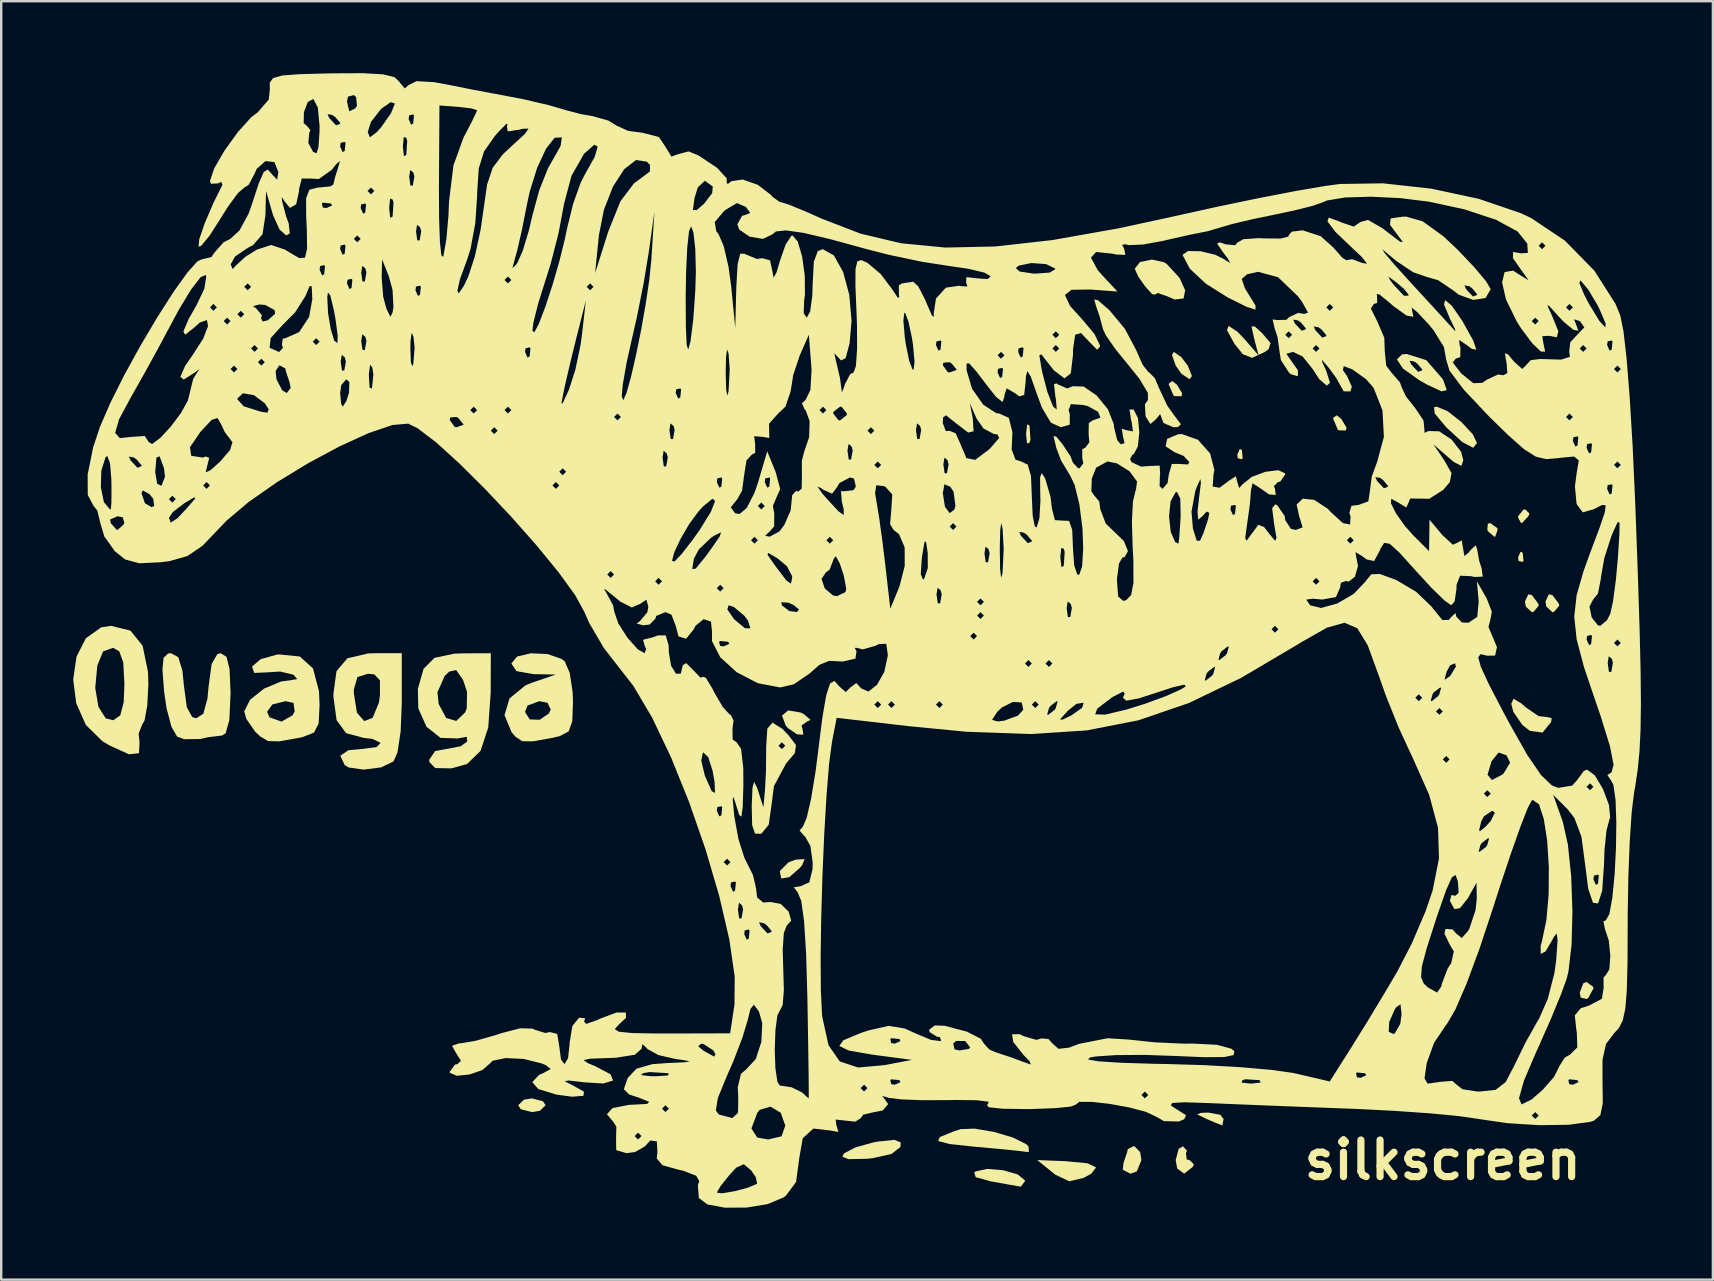
<source format=kicad_pcb>
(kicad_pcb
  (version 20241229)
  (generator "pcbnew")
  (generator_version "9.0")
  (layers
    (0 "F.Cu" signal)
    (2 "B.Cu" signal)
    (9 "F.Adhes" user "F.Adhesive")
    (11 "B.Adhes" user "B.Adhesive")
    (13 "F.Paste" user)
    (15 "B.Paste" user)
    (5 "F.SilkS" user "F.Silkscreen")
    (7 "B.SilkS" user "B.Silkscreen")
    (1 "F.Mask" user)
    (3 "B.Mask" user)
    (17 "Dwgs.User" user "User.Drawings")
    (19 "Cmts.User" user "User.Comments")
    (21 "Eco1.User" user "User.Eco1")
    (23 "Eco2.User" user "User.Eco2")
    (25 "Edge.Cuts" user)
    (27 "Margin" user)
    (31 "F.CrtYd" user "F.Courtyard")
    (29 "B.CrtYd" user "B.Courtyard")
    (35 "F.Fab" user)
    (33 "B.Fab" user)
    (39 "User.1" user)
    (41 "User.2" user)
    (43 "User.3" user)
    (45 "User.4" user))
  (footprint "silkscreen"
    (layer "F.Cu")
    (at 57.072 45.29)
    (property "Reference" "silkscreen" (at 0 0 0) (layer "F.SilkS") (effects (font (size 1.524 1.524) (thickness 0.3))))
    (attr board_only exclude_from_pos_files exclude_from_bom)
    (fp_poly (pts (xy -7.675 -33.534) (xy -7.687 -33.547) (xy -7.68 -33.55)) (stroke (width 0) (type solid)) (fill yes) (layer "F.SilkS"))
    (fp_poly (pts (xy -17.22 -30.608) (xy -17.182 -30.024) (xy -17.22 -29.895) (xy -17.324 -29.859) (xy -17.364 -30.252) (xy -17.319 -30.657)) (stroke (width 0) (type solid)) (fill yes) (layer "F.SilkS"))
    (fp_poly (pts (xy -8.372 -29.586) (xy -8.337 -29.247) (xy -8.372 -29.205) (xy -8.541 -29.244) (xy -8.562 -29.396) (xy -8.457 -29.63)) (stroke (width 0) (type solid)) (fill yes) (layer "F.SilkS"))
    (fp_poly (pts (xy 3.33 -25.305) (xy 3.364 -24.966) (xy 3.33 -24.924) (xy 3.16 -24.964) (xy 3.139 -25.115) (xy 3.244 -25.35)) (stroke (width 0) (type solid)) (fill yes) (layer "F.SilkS"))
    (fp_poly (pts (xy -37.494 -2.449) (xy -37.387 -2.283) (xy -37.626 -2.051) (xy -37.957 -1.998) (xy -38.421 -2.117) (xy -38.528 -2.283) (xy -38.289 -2.515) (xy -37.957 -2.569)) (stroke (width 0) (type solid)) (fill yes) (layer "F.SilkS"))
    (fp_poly (pts (xy -11.078 -32.311) (xy -10.86 -31.948) (xy -10.888 -31.826) (xy -11.186 -31.835) (xy -11.225 -31.869) (xy -11.414 -32.308) (xy -11.416 -32.354) (xy -11.271 -32.46)) (stroke (width 0) (type solid)) (fill yes) (layer "F.SilkS"))
    (fp_poly (pts (xy -10.898 -33.462) (xy -10.626 -33.106) (xy -10.452 -32.673) (xy -10.547 -32.535) (xy -10.886 -32.758) (xy -11.13 -33.106) (xy -11.283 -33.545) (xy -11.209 -33.676)) (stroke (width 0) (type solid)) (fill yes) (layer "F.SilkS"))
    (fp_poly (pts (xy -8.555 -34.516) (xy -8.268 -34.216) (xy -7.687 -33.547) (xy -7.946 -33.426) (xy -8.334 -33.581) (xy -8.682 -34.016) (xy -8.993 -34.582) (xy -8.927 -34.76)) (stroke (width 0) (type solid)) (fill yes) (layer "F.SilkS"))
    (fp_poly (pts (xy -7.831 -34.735) (xy -7.522 -34.451) (xy -7.176 -34.044) (xy -7.259 -33.786) (xy -7.42 -33.67) (xy -7.68 -33.55) (xy -7.864 -34.247) (xy -7.971 -34.739)) (stroke (width 0) (type solid)) (fill yes) (layer "F.SilkS"))
    (fp_poly (pts (xy -4.229 -30.884) (xy -4.011 -30.521) (xy -4.038 -30.399) (xy -4.336 -30.408) (xy -4.376 -30.442) (xy -4.564 -30.881) (xy -4.566 -30.927) (xy -4.421 -31.033)) (stroke (width 0) (type solid)) (fill yes) (layer "F.SilkS"))
    (fp_poly (pts (xy 2.272 -26.334) (xy 2.283 -26.256) (xy 2.186 -25.978) (xy 2.157 -25.971) (xy 1.914 -26.171) (xy 1.855 -26.256) (xy 1.878 -26.519) (xy 1.981 -26.542)) (stroke (width 0) (type solid)) (fill yes) (layer "F.SilkS"))
    (fp_poly (pts (xy 3.612 -26.938) (xy 3.567 -26.827) (xy 3.311 -26.555) (xy 3.265 -26.542) (xy 3.143 -26.762) (xy 3.139 -26.827) (xy 3.359 -27.101) (xy 3.442 -27.112)) (stroke (width 0) (type solid)) (fill yes) (layer "F.SilkS"))
    (fp_poly (pts (xy 3.71 -23.545) (xy 3.985 -23.18) (xy 3.996 -23.1) (xy 3.778 -22.839) (xy 3.71 -22.831) (xy 3.46 -23.064) (xy 3.425 -23.276) (xy 3.563 -23.572)) (stroke (width 0) (type solid)) (fill yes) (layer "F.SilkS"))
    (fp_poly (pts (xy 4.566 -23.545) (xy 4.841 -23.18) (xy 4.852 -23.1) (xy 4.634 -22.839) (xy 4.566 -22.831) (xy 4.316 -23.064) (xy 4.281 -23.276) (xy 4.419 -23.572)) (stroke (width 0) (type solid)) (fill yes) (layer "F.SilkS"))
    (fp_poly (pts (xy 6.27 -7.215) (xy 6.279 -7.152) (xy 6.071 -6.765) (xy 5.993 -6.707) (xy 5.749 -6.771) (xy 5.708 -6.975) (xy 5.857 -7.366) (xy 5.993 -7.42)) (stroke (width 0) (type solid)) (fill yes) (layer "F.SilkS"))
    (fp_poly (pts (xy -26.692 -12.296) (xy -26.8 -12.162) (xy -27.237 -11.786) (xy -27.565 -11.73) (xy -27.625 -12.017) (xy -27.612 -12.058) (xy -27.262 -12.407) (xy -26.955 -12.519) (xy -26.592 -12.54)) (stroke (width 0) (type solid)) (fill yes) (layer "F.SilkS"))
    (fp_poly (pts (xy -15.715 0.048) (xy -14.801 0.136) (xy -14.446 0.309) (xy -14.647 0.571) (xy -14.964 0.742) (xy -15.564 0.886) (xy -16.139 0.614) (xy -16.254 0.524) (xy -16.899 0.002)) (stroke (width 0) (type solid)) (fill yes) (layer "F.SilkS"))
    (fp_poly (pts (xy -9.274 -1.886) (xy -9.133 -1.712) (xy -9.187 -1.45) (xy -9.204 -1.447) (xy -9.489 -1.561) (xy -9.846 -1.712) (xy -10.231 -1.9) (xy -10.081 -1.964) (xy -9.775 -1.978)) (stroke (width 0) (type solid)) (fill yes) (layer "F.SilkS"))
    (fp_poly (pts (xy -12.611 -0.332) (xy -12.557 0) (xy -12.749 0.475) (xy -13.016 0.571) (xy -13.338 0.401) (xy -13.301 0.119) (xy -13.15 -0.336) (xy -13.128 -0.451) (xy -12.907 -0.568) (xy -12.843 -0.571)) (stroke (width 0) (type solid)) (fill yes) (layer "F.SilkS"))
    (fp_poly (pts (xy 0.206 -31.203) (xy 0.774 -30.757) (xy 1.25 -30.243) (xy 1.427 -29.877) (xy 1.265 -29.681) (xy 0.812 -29.919) (xy 0.143 -30.537) (xy -0.334 -31.108) (xy -0.364 -31.369) (xy -0.246 -31.393)) (stroke (width 0) (type solid)) (fill yes) (layer "F.SilkS"))
    (fp_poly (pts (xy -10.658 -0.396) (xy -10.702 -0.285) (xy -10.67 -0.023) (xy -10.56 0) (xy -10.373 0.174) (xy -10.417 0.285) (xy -10.778 0.566) (xy -11.066 0.355) (xy -11.13 0) (xy -11.004 -0.464) (xy -10.828 -0.571)) (stroke (width 0) (type solid)) (fill yes) (layer "F.SilkS"))
    (fp_poly (pts (xy -26.761 -18.65) (xy -26.615 -18.575) (xy -26.344 -18.34) (xy -26.487 -18.274) (xy -26.724 -18.107) (xy -26.684 -17.98) (xy -26.646 -17.723) (xy -26.907 -17.739) (xy -27.284 -17.996) (xy -27.377 -18.097) (xy -27.534 -18.52) (xy -27.279 -18.735)) (stroke (width 0) (type solid)) (fill yes) (layer "F.SilkS"))
    (fp_poly (pts (xy -22.586 -0.731) (xy -22.601 -0.543) (xy -22.97 -0.254) (xy -23.771 -0.074) (xy -23.995 -0.053) (xy -24.762 -0.036) (xy -25.023 -0.14) (xy -24.947 -0.278) (xy -24.477 -0.527) (xy -23.714 -0.738) (xy -23.553 -0.767) (xy -22.85 -0.841)) (stroke (width 0) (type solid)) (fill yes) (layer "F.SilkS"))
    (fp_poly (pts (xy 3.286 -19.02) (xy 3.468 -18.857) (xy 3.99 -18.501) (xy 4.361 -18.457) (xy 4.54 -18.414) (xy 4.514 -18.251) (xy 4.161 -17.813) (xy 3.633 -17.882) (xy 3.315 -18.13) (xy 2.944 -18.673) (xy 2.854 -19.01) (xy 2.948 -19.222)) (stroke (width 0) (type solid)) (fill yes) (layer "F.SilkS"))
    (fp_poly (pts (xy -18.319 0.425) (xy -17.716 0.599) (xy -17.414 0.844) (xy -17.409 0.879) (xy -17.581 1.106) (xy -17.623 1.104) (xy -18.026 1.033) (xy -18.73 0.907) (xy -18.836 0.888) (xy -19.464 0.714) (xy -19.523 0.516) (xy -19.471 0.476) (xy -18.983 0.369)) (stroke (width 0) (type solid)) (fill yes) (layer "F.SilkS"))
    (fp_poly (pts (xy -18.7 -1.171) (xy -17.902 -0.934) (xy -17.351 -0.657) (xy -17.261 -0.563) (xy -17.247 -0.337) (xy -17.321 -0.336) (xy -17.703 -0.384) (xy -18.487 -0.463) (xy -19.507 -0.555) (xy -19.549 -0.559) (xy -20.563 -0.668) (xy -21.027 -0.791) (xy -20.961 -0.956) (xy -20.387 -1.19) (xy -20.09 -1.287) (xy -19.509 -1.309)) (stroke (width 0) (type solid)) (fill yes) (layer "F.SilkS"))
    (fp_poly (pts (xy -11.604 -37.409) (xy -11.507 -37.344) (xy -10.969 -36.763) (xy -10.734 -36.242) (xy -10.802 -35.901) (xy -11.175 -35.859) (xy -11.493 -35.997) (xy -11.89 -36.133) (xy -11.987 -36.062) (xy -12.114 -36.085) (xy -12.398 -36.399) (xy -12.688 -36.812) (xy -12.833 -37.133) (xy -12.834 -37.142) (xy -12.619 -37.42) (xy -12.119 -37.523)) (stroke (width 0) (type solid)) (fill yes) (layer "F.SilkS"))
    (fp_poly (pts (xy -0.685 -33.331) (xy -0.012 -32.556) (xy 0.026 -32.487) (xy 0.166 -32.087) (xy -0.05 -32.031) (xy -0.666 -32.318) (xy -0.979 -32.497) (xy -1.663 -32.986) (xy -1.875 -33.309) (xy -1.381 -33.309) (xy -1.312 -33.15) (xy -1.024 -32.843) (xy -0.859 -32.906) (xy -0.856 -32.946) (xy -1.059 -33.187) (xy -1.186 -33.276) (xy -1.381 -33.309) (xy -1.875 -33.309) (xy -1.912 -33.366) (xy -1.695 -33.571) (xy -1.506 -33.59)) (stroke (width 0) (type solid)) (fill yes) (layer "F.SilkS"))
    (fp_poly (pts (xy -50.685 -20.972) (xy -50.556 -20.466) (xy -50.515 -19.499) (xy -50.515 -19.407) (xy -50.565 -18.332) (xy -50.72 -17.783) (xy -50.871 -17.69) (xy -51.438 -17.621) (xy -51.799 -17.544) (xy -52.445 -17.536) (xy -52.742 -17.646) (xy -52.975 -18.047) (xy -53.181 -18.824) (xy -53.282 -19.505) (xy -53.353 -20.434) (xy -53.306 -20.926) (xy -53.119 -21.106) (xy -52.996 -21.119) (xy -52.693 -20.955) (xy -52.52 -20.393) (xy -52.457 -19.763) (xy -52.338 -18.869) (xy -52.111 -18.458) (xy -51.942 -18.408) (xy -51.647 -18.601) (xy -51.476 -19.237) (xy -51.426 -19.763) (xy -51.302 -20.674) (xy -51.064 -21.083) (xy -50.927 -21.119)) (stroke (width 0) (type solid)) (fill yes) (layer "F.SilkS"))
    (fp_poly (pts (xy -27.514 -17.964) (xy -27.271 -17.712) (xy -26.952 -17.293) (xy -26.999 -16.957) (xy -27.37 -16.517) (xy -27.871 -15.579) (xy -27.969 -14.817) (xy -28.088 -13.971) (xy -28.397 -13.596) (xy -28.658 -13.601) (xy -28.779 -13.954) (xy -28.797 -14.763) (xy -28.796 -14.778) (xy -28.764 -15.527) (xy -28.698 -15.757) (xy -28.575 -15.52) (xy -28.539 -15.411) (xy -28.311 -14.698) (xy -28.244 -15.411) (xy -28.203 -16.194) (xy -28.194 -17.128) (xy -28.195 -17.195) (xy -28.191 -17.266) (xy -27.683 -17.266) (xy -27.54 -17.124) (xy -27.398 -17.266) (xy -27.54 -17.409) (xy -27.683 -17.266) (xy -28.191 -17.266) (xy -28.146 -17.977) (xy -27.932 -18.226)) (stroke (width 0) (type solid)) (fill yes) (layer "F.SilkS"))
    (fp_poly (pts (xy -14.372 -35.829) (xy -13.891 -35.414) (xy -13.888 -35.411) (xy -13.247 -34.638) (xy -12.786 -33.77) (xy -12.506 -33.141) (xy -12.263 -32.828) (xy -12.234 -32.82) (xy -12 -32.583) (xy -11.829 -32.178) (xy -11.473 -31.425) (xy -11.195 -31.037) (xy -10.911 -30.661) (xy -11.039 -30.544) (xy -11.229 -30.537) (xy -11.638 -30.713) (xy -11.705 -30.894) (xy -11.777 -31.085) (xy -11.951 -30.87) (xy -12.184 -30.669) (xy -12.385 -30.99) (xy -12.413 -31.49) (xy -12.285 -31.671) (xy -12.289 -31.969) (xy -12.639 -32.554) (xy -13.045 -33.059) (xy -13.636 -33.785) (xy -14.044 -34.373) (xy -14.155 -34.613) (xy -14.301 -35.158) (xy -14.43 -35.531) (xy -14.525 -35.862)) (stroke (width 0) (type solid)) (fill yes) (layer "F.SilkS"))
    (fp_poly (pts (xy -54.684 -22.06) (xy -54.179 -21.432) (xy -53.955 -20.341) (xy -53.939 -19.831) (xy -53.984 -18.947) (xy -54.098 -18.32) (xy -54.198 -18.139) (xy -54.346 -17.77) (xy -54.307 -17.409) (xy -54.331 -16.952) (xy -54.749 -16.908) (xy -55.558 -17.276) (xy -55.857 -17.454) (xy -56.543 -18.128) (xy -56.945 -19.031) (xy -57.027 -19.672) (xy -56.153 -19.672) (xy -56.021 -18.889) (xy -55.715 -18.404) (xy -55.403 -18.326) (xy -55.109 -18.532) (xy -54.967 -19.082) (xy -54.938 -19.835) (xy -54.986 -20.738) (xy -55.154 -21.202) (xy -55.411 -21.345) (xy -55.828 -21.195) (xy -56.068 -20.601) (xy -56.153 -19.672) (xy -57.027 -19.672) (xy -57.072 -20.026) (xy -56.934 -20.976) (xy -56.542 -21.745) (xy -55.906 -22.197) (xy -55.494 -22.261)) (stroke (width 0) (type solid)) (fill yes) (layer "F.SilkS"))
    (fp_poly (pts (xy -37.311 -21.086) (xy -36.721 -20.881) (xy -36.587 -20.777) (xy -36.381 -20.301) (xy -36.259 -19.497) (xy -36.245 -19.1) (xy -36.273 -18.282) (xy -36.425 -17.861) (xy -36.804 -17.662) (xy -37.137 -17.587) (xy -37.925 -17.446) (xy -38.359 -17.454) (xy -38.642 -17.64) (xy -38.8 -17.821) (xy -39.099 -18.54) (xy -39.059 -18.672) (xy -38.243 -18.672) (xy -38.048 -18.36) (xy -37.634 -18.346) (xy -37.253 -18.607) (xy -37.172 -18.765) (xy -37.304 -19.053) (xy -37.648 -19.121) (xy -38.139 -18.94) (xy -38.243 -18.672) (xy -39.059 -18.672) (xy -38.89 -19.236) (xy -38.226 -19.78) (xy -37.957 -19.89) (xy -36.958 -20.231) (xy -37.886 -20.247) (xy -38.602 -20.373) (xy -38.813 -20.691) (xy -38.574 -20.982) (xy -38.001 -21.116)) (stroke (width 0) (type solid)) (fill yes) (layer "F.SilkS"))
    (fp_poly (pts (xy -39.674 -19.478) (xy -39.776 -18.025) (xy -40.096 -17.051) (xy -40.663 -16.499) (xy -41.317 -16.321) (xy -41.987 -16.334) (xy -42.23 -16.583) (xy -42.238 -16.677) (xy -41.993 -17.041) (xy -41.542 -17.124) (xy -40.929 -17.241) (xy -40.65 -17.44) (xy -40.672 -17.635) (xy -41.046 -17.568) (xy -41.765 -17.592) (xy -42.349 -18.054) (xy -42.691 -18.821) (xy -42.706 -19.492) (xy -41.893 -19.492) (xy -41.842 -19.003) (xy -41.531 -18.421) (xy -41.11 -18.297) (xy -40.739 -18.654) (xy -40.672 -18.825) (xy -40.661 -19.513) (xy -40.823 -20) (xy -41.111 -20.417) (xy -41.398 -20.355) (xy -41.59 -20.178) (xy -41.893 -19.492) (xy -42.706 -19.492) (xy -42.709 -19.63) (xy -42.471 -20.473) (xy -42.012 -20.928) (xy -41.193 -21.101) (xy -40.74 -21.115) (xy -39.67 -21.119)) (stroke (width 0) (type solid)) (fill yes) (layer "F.SilkS"))
    (fp_poly (pts (xy -43.38 -19.036) (xy -43.427 -17.854) (xy -43.557 -16.993) (xy -43.722 -16.61) (xy -44.244 -16.361) (xy -44.969 -16.27) (xy -45.594 -16.358) (xy -45.758 -16.458) (xy -45.943 -16.847) (xy -45.605 -17.076) (xy -45.092 -17.124) (xy -44.432 -17.205) (xy -44.259 -17.381) (xy -44.595 -17.547) (xy -44.987 -17.595) (xy -45.703 -17.79) (xy -46.096 -18.331) (xy -46.228 -19.31) (xy -46.229 -19.421) (xy -46.225 -19.454) (xy -45.378 -19.454) (xy -45.247 -18.637) (xy -44.943 -18.291) (xy -44.594 -18.429) (xy -44.332 -19.061) (xy -44.289 -19.357) (xy -44.289 -19.992) (xy -44.524 -20.237) (xy -44.789 -20.263) (xy -45.227 -20.127) (xy -45.374 -19.62) (xy -45.378 -19.454) (xy -46.225 -19.454) (xy -46.1 -20.373) (xy -45.645 -20.909) (xy -44.777 -21.111) (xy -44.464 -21.119) (xy -43.38 -21.119)) (stroke (width 0) (type solid)) (fill yes) (layer "F.SilkS"))
    (fp_poly (pts (xy -47.628 -20.983) (xy -47.08 -20.487) (xy -46.829 -19.538) (xy -46.804 -18.96) (xy -46.843 -18.194) (xy -47.037 -17.812) (xy -47.51 -17.627) (xy -47.696 -17.587) (xy -48.495 -17.446) (xy -48.952 -17.458) (xy -49.287 -17.658) (xy -49.495 -17.857) (xy -49.859 -18.385) (xy -49.938 -18.677) (xy -48.993 -18.677) (xy -48.89 -18.448) (xy -48.39 -18.27) (xy -47.931 -18.532) (xy -47.843 -18.693) (xy -47.89 -19.048) (xy -48.224 -19.121) (xy -48.771 -18.986) (xy -48.993 -18.677) (xy -49.938 -18.677) (xy -49.944 -18.697) (xy -49.702 -19.18) (xy -49.118 -19.644) (xy -48.406 -19.942) (xy -48.097 -19.982) (xy -47.734 -20.041) (xy -47.893 -20.224) (xy -48.445 -20.356) (xy -49.001 -20.322) (xy -49.527 -20.298) (xy -49.613 -20.544) (xy -49.602 -20.579) (xy -49.256 -20.874) (xy -48.585 -21.061) (xy -48.507 -21.07)) (stroke (width 0) (type solid)) (fill yes) (layer "F.SilkS"))
    (fp_poly (pts (xy -44.15 -45.241) (xy -43.68 -45.123) (xy -43.473 -44.923) (xy -43.465 -44.903) (xy -43.251 -44.655) (xy -43.104 -44.79) (xy -42.768 -44.958) (xy -42.034 -44.916) (xy -41.503 -44.82) (xy -40.519 -44.623) (xy -39.655 -44.459) (xy -39.384 -44.411) (xy -38.293 -44.201) (xy -37.252 -43.958) (xy -36.53 -43.746) (xy -35.907 -43.584) (xy -35.418 -43.5) (xy -34.758 -43.311) (xy -34.433 -43.109) (xy -33.941 -42.884) (xy -33.353 -42.809) (xy -32.662 -42.63) (xy -32.383 -42.209) (xy -32.144 -41.814) (xy -31.899 -41.904) (xy -31.428 -42.031) (xy -31.011 -41.861) (xy -30.233 -41.342) (xy -29.84 -40.907) (xy -29.835 -40.7) (xy -29.783 -40.68) (xy -29.642 -40.788) (xy -29.176 -40.86) (xy -28.544 -40.639) (xy -27.997 -40.22) (xy -27.937 -40.145) (xy -27.625 -39.92) (xy -27.586 -39.918) (xy -27.251 -39.814) (xy -26.564 -39.533) (xy -25.875 -39.226) (xy -24.262 -38.604) (xy -22.573 -38.203) (xy -20.729 -38.024) (xy -18.654 -38.068) (xy -16.269 -38.336) (xy -13.495 -38.828) (xy -11.13 -39.34) (xy -9.363 -39.732) (xy -7.642 -40.089) (xy -6.103 -40.385) (xy -4.885 -40.593) (xy -4.281 -40.674) (xy -2.487 -40.7) (xy -0.48 -40.479) (xy 1.505 -40.053) (xy 3.235 -39.464) (xy 3.674 -39.26) (xy 5.091 -38.311) (xy 6.319 -37.059) (xy 7.2 -35.675) (xy 7.401 -35.182) (xy 7.532 -34.527) (xy 7.664 -33.362) (xy 7.792 -31.75) (xy 7.912 -29.75) (xy 8.018 -27.424) (xy 8.036 -26.97) (xy 8.133 -24.306) (xy 8.202 -22.14) (xy 8.244 -20.401) (xy 8.257 -19.015) (xy 8.242 -17.912) (xy 8.197 -17.018) (xy 8.123 -16.262) (xy 8.02 -15.572) (xy 7.971 -15.306) (xy 7.873 -14.497) (xy 7.791 -13.272) (xy 7.733 -11.783) (xy 7.706 -10.184) (xy 7.706 -9.851) (xy 7.699 -8.232) (xy 7.67 -7.085) (xy 7.608 -6.312) (xy 7.5 -5.814) (xy 7.335 -5.492) (xy 7.147 -5.291) (xy 6.803 -4.837) (xy 6.657 -4.18) (xy 6.657 -3.266) (xy 6.669 -2.363) (xy 6.567 -1.873) (xy 6.307 -1.644) (xy 6.145 -1.591) (xy 5.246 -1.469) (xy 4.014 -1.453) (xy 2.676 -1.537) (xy 1.46 -1.715) (xy 1.427 -1.721) (xy 0.661 -1.832) (xy 0.423 -1.855) (xy 3.71 -1.855) (xy 3.853 -1.712) (xy 3.996 -1.855) (xy 3.853 -1.998) (xy 3.71 -1.855) (xy 0.423 -1.855) (xy -0.525 -1.945) (xy -1.98 -2.047) (xy -3.553 -2.128) (xy -3.853 -2.139) (xy -5.512 -2.202) (xy -7.16 -2.266) (xy -8.617 -2.325) (xy -9.702 -2.371) (xy -9.789 -2.375) (xy -10.78 -2.406) (xy -11.272 -2.377) (xy -11.332 -2.275) (xy -11.112 -2.13) (xy -10.698 -1.868) (xy -10.773 -1.702) (xy -10.995 -1.606) (xy -11.619 -1.621) (xy -11.956 -1.813) (xy -12.372 -2.008) (xy -13.065 -2.192) (xy -13.87 -2.338) (xy -14.619 -2.424) (xy -15.147 -2.423) (xy -15.287 -2.312) (xy -15.497 -2.228) (xy -16.147 -2.162) (xy -17.108 -2.125) (xy -17.337 -2.122) (xy -18.349 -2.137) (xy -18.923 -2.2) (xy -18.999 -2.302) (xy -18.95 -2.327) (xy -18.927 -2.43) (xy -19.403 -2.491) (xy -20.306 -2.502) (xy -20.548 -2.497) (xy -21.647 -2.492) (xy -22.553 -2.526) (xy -23.088 -2.593) (xy -23.117 -2.602) (xy -23.379 -2.68) (xy -23.331 -2.641) (xy -23.11 -2.331) (xy -23.34 -2.063) (xy -23.688 -1.998) (xy -24.152 -1.889) (xy -24.258 -1.739) (xy -24.488 -1.598) (xy -24.874 -1.641) (xy -25.297 -1.687) (xy -25.271 -1.45) (xy -25.255 -1.423) (xy -25.19 -1.167) (xy -25.496 -1.227) (xy -26.226 -1.312) (xy -26.672 -0.905) (xy -26.827 -0.012) (xy -26.827 0.014) (xy -26.949 0.914) (xy -27.371 1.486) (xy -27.461 1.553) (xy -28.132 1.836) (xy -29.014 1.981) (xy -29.915 1.986) (xy -30.642 1.85) (xy -30.999 1.583) (xy -31.017 1.359) (xy -30.252 1.359) (xy -30.022 1.386) (xy -29.499 1.297) (xy -28.935 1.146) (xy -28.58 0.992) (xy -28.571 0.983) (xy -28.633 0.705) (xy -28.82 0.433) (xy -29.128 0.175) (xy -29.442 0.318) (xy -29.717 0.613) (xy -30.104 1.099) (xy -30.252 1.359) (xy -31.017 1.359) (xy -31.042 1.045) (xy -30.983 0.884) (xy -31.11 0.654) (xy -31.658 0.445) (xy -31.837 0.406) (xy -32.521 0.216) (xy -32.755 -0.065) (xy -32.728 -0.322) (xy -32.75 -0.778) (xy -33.024 -0.814) (xy -33.248 -0.571) (xy -33.649 -0.336) (xy -34.012 -0.285) (xy -34.444 -0.412) (xy -34.45 -0.856) (xy -34.447 -0.999) (xy -33.676 -0.999) (xy -33.534 -0.856) (xy -33.391 -0.999) (xy -33.534 -1.142) (xy -33.676 -0.999) (xy -34.447 -0.999) (xy -34.439 -1.315) (xy -28.809 -1.315) (xy -28.569 -0.938) (xy -28.111 -0.856) (xy -27.553 -0.988) (xy -27.398 -1.436) (xy -27.587 -1.971) (xy -28.013 -2.224) (xy -28.458 -2.095) (xy -28.564 -1.968) (xy -28.809 -1.315) (xy -34.439 -1.315) (xy -34.437 -1.387) (xy -34.559 -1.586) (xy -34.831 -1.909) (xy -34.618 -2.14) (xy -32.535 -2.14) (xy -32.392 -1.998) (xy -32.326 -2.064) (xy -30.292 -2.064) (xy -30.168 -1.897) (xy -29.604 -1.749) (xy -29.382 -1.953) (xy -29.364 -2.069) (xy -29.359 -2.64) (xy -29.38 -3.031) (xy -29.247 -3.586) (xy -29.01 -3.797) (xy -28.63 -4.204) (xy -28.395 -4.924) (xy -28.358 -5.707) (xy -28.497 -6.192) (xy -28.707 -6.471) (xy -28.851 -6.293) (xy -28.96 -5.847) (xy -29.185 -5.099) (xy -29.563 -4.115) (xy -29.826 -3.516) (xy -30.208 -2.586) (xy -30.292 -2.064) (xy -32.326 -2.064) (xy -32.249 -2.14) (xy -32.392 -2.283) (xy -32.535 -2.14) (xy -34.618 -2.14) (xy -34.595 -2.165) (xy -33.914 -2.299) (xy -33.748 -2.306) (xy -33.151 -2.338) (xy -33.071 -2.426) (xy -33.521 -2.607) (xy -33.903 -2.73) (xy -34.126 -2.952) (xy -33.964 -3.42) (xy -33.852 -3.539) (xy -33.408 -3.539) (xy -33.014 -3.494) (xy -32.82 -3.491) (xy -32.301 -3.521) (xy -32.24 -3.595) (xy -32.321 -3.621) (xy -33.045 -3.666) (xy -33.32 -3.621) (xy -33.408 -3.539) (xy -33.852 -3.539) (xy -33.598 -3.807) (xy -32.932 -3.996) (xy -32.311 -4.041) (xy -31.574 -4.074) (xy -31.377 -4.113) (xy -31.69 -4.173) (xy -31.962 -4.207) (xy -32.69 -4.376) (xy -33.146 -4.629) (xy -33.17 -4.661) (xy -33.25 -4.736) (xy -31.023 -4.736) (xy -30.822 -4.566) (xy -30.367 -4.31) (xy -30.306 -4.406) (xy -30.394 -4.566) (xy -30.811 -4.838) (xy -30.911 -4.847) (xy -31.023 -4.736) (xy -33.25 -4.736) (xy -33.353 -4.833) (xy -33.387 -4.638) (xy -33.663 -4.389) (xy -34.456 -4.262) (xy -34.747 -4.251) (xy -35.531 -4.223) (xy -35.804 -4.164) (xy -35.627 -4.038) (xy -35.317 -3.91) (xy -34.678 -3.571) (xy -34.576 -3.314) (xy -34.98 -3.19) (xy -35.746 -3.235) (xy -36.428 -3.315) (xy -36.593 -3.281) (xy -36.283 -3.126) (xy -36.275 -3.123) (xy -35.786 -2.849) (xy -35.809 -2.676) (xy -36.286 -2.639) (xy -36.929 -2.725) (xy -37.686 -2.956) (xy -37.94 -3.245) (xy -37.664 -3.544) (xy -37.479 -3.626) (xy -37.172 -3.793) (xy -37.378 -3.955) (xy -37.55 -4.025) (xy -38.293 -4.211) (xy -39.046 -4.249) (xy -39.588 -4.139) (xy -39.717 -4.017) (xy -40.018 -3.751) (xy -40.552 -3.566) (xy -41.083 -3.511) (xy -41.373 -3.633) (xy -41.382 -3.679) (xy -41.161 -3.98) (xy -41.062 -3.996) (xy -40.911 -4.134) (xy -41.097 -4.424) (xy -41.287 -4.761) (xy -40.989 -4.862) (xy -40.918 -4.864) (xy -40.314 -4.966) (xy -39.478 -5.203) (xy -39.245 -5.282) (xy -38.445 -5.49) (xy -37.922 -5.476) (xy -37.855 -5.434) (xy -37.395 -5.293) (xy -37.209 -5.333) (xy -36.903 -5.257) (xy -36.816 -4.74) (xy -36.744 -4.188) (xy -36.599 -3.996) (xy -36.45 -4.245) (xy -36.385 -4.849) (xy -36.385 -4.896) (xy -36.271 -5.585) (xy -35.991 -5.932) (xy -35.738 -5.907) (xy -35.782 -5.764) (xy -35.692 -5.673) (xy -35.234 -5.831) (xy -35.09 -5.9) (xy -34.423 -6.149) (xy -34.04 -6.145) (xy -34.037 -5.923) (xy -34.354 -5.626) (xy -34.505 -5.455) (xy -34.339 -5.348) (xy -33.781 -5.291) (xy -32.754 -5.273) (xy -32.272 -5.273) (xy -29.696 -5.28) (xy -29.515 -6.483) (xy -29.505 -7.645) (xy -29.73 -9.187) (xy -29.783 -9.418) (xy -29.11 -9.418) (xy -29.006 -9.183) (xy -28.92 -9.228) (xy -28.886 -9.566) (xy -28.92 -9.608) (xy -29.09 -9.569) (xy -29.11 -9.418) (xy -29.783 -9.418) (xy -29.896 -9.907) (xy -28.493 -9.907) (xy -28.424 -9.747) (xy -28.137 -9.441) (xy -27.971 -9.504) (xy -27.969 -9.544) (xy -28.171 -9.785) (xy -28.298 -9.873) (xy -28.493 -9.907) (xy -29.896 -9.907) (xy -30.02 -10.441) (xy -29.373 -10.441) (xy -29.321 -10.07) (xy -29.223 -10.066) (xy -29.155 -10.448) (xy -29.201 -10.613) (xy -29.327 -10.721) (xy -29.373 -10.441) (xy -30.02 -10.441) (xy -30.148 -10.992) (xy -30.272 -11.416) (xy -29.681 -11.416) (xy -29.576 -11.181) (xy -29.491 -11.225) (xy -29.456 -11.564) (xy -29.491 -11.606) (xy -29.66 -11.567) (xy -29.681 -11.416) (xy -30.272 -11.416) (xy -30.565 -12.415) (xy -29.966 -12.415) (xy -29.824 -12.272) (xy -29.681 -12.415) (xy -29.824 -12.557) (xy -29.966 -12.415) (xy -30.565 -12.415) (xy -30.719 -12.938) (xy -31.281 -14.555) (xy -30.252 -14.555) (xy -30.147 -14.32) (xy -30.061 -14.365) (xy -30.027 -14.703) (xy -30.061 -14.745) (xy -30.231 -14.706) (xy -30.252 -14.555) (xy -31.281 -14.555) (xy -31.403 -14.907) (xy -32.104 -16.643) (xy -30.899 -16.643) (xy -30.753 -16.029) (xy -30.739 -15.992) (xy -30.464 -15.372) (xy -30.327 -15.297) (xy -30.346 -15.754) (xy -30.427 -16.217) (xy -30.609 -16.789) (xy -30.813 -16.983) (xy -30.832 -16.975) (xy -30.899 -16.643) (xy -32.104 -16.643) (xy -32.159 -16.779) (xy -32.947 -18.435) (xy -33.726 -19.755) (xy -34.235 -20.406) (xy -34.963 -21.343) (xy -35.581 -22.401) (xy -35.77 -22.837) (xy -36.15 -23.533) (xy -36.317 -23.764) (xy -34.944 -23.764) (xy -34.889 -23.698) (xy -34.576 -23.122) (xy -34.523 -22.846) (xy -34.355 -22.36) (xy -33.975 -21.765) (xy -33.543 -21.28) (xy -33.257 -21.119) (xy -33.197 -21.301) (xy -33.248 -21.404) (xy -33.325 -21.671) (xy -33.288 -21.69) (xy -32.936 -21.779) (xy -32.701 -21.863) (xy -32.38 -21.861) (xy -32.258 -21.446) (xy -32.249 -21.15) (xy -32.156 -20.593) (xy -31.952 -20.264) (xy -31.751 -20.269) (xy -31.67 -20.62) (xy -31.528 -20.707) (xy -31.241 -20.422) (xy -30.928 -20.1) (xy -30.816 -20.137) (xy -30.706 -20.093) (xy -30.439 -19.65) (xy -30.352 -19.478) (xy -29.996 -18.868) (xy -29.708 -18.56) (xy -29.672 -18.551) (xy -29.554 -18.322) (xy -29.598 -17.98) (xy -29.592 -17.523) (xy -29.429 -17.409) (xy -29.24 -17.135) (xy -29.149 -16.343) (xy -29.144 -15.625) (xy -29.173 -14.71) (xy -29.225 -14.311) (xy -29.316 -14.377) (xy -29.419 -14.698) (xy -29.553 -15.122) (xy -29.59 -15.052) (xy -29.536 -14.456) (xy -29.519 -14.305) (xy -29.351 -13.378) (xy -29.106 -12.604) (xy -29.031 -12.45) (xy -28.746 -11.881) (xy -28.615 -11.318) (xy -28.572 -10.943) (xy -28.32 -10.732) (xy -28.008 -10.752) (xy -27.587 -10.673) (xy -27.256 -10.348) (xy -27.152 -9.976) (xy -27.338 -9.771) (xy -27.458 -9.464) (xy -27.506 -8.756) (xy -27.483 -7.982) (xy -27.457 -7.083) (xy -27.506 -6.466) (xy -27.598 -6.278) (xy -27.729 -6.027) (xy -27.809 -5.403) (xy -27.837 -4.603) (xy -27.81 -3.825) (xy -27.727 -3.263) (xy -27.627 -3.104) (xy -27.137 -3.032) (xy -27.136 -3.032) (xy -26.697 -2.816) (xy -26.66 -2.783) (xy -26.436 -2.575) (xy -26.423 -2.568) (xy -26.421 -2.711) (xy -12.557 -2.711) (xy -12.415 -2.569) (xy -12.272 -2.711) (xy -12.415 -2.854) (xy -12.557 -2.711) (xy -26.421 -2.711) (xy -26.419 -2.837) (xy -26.421 -2.997) (xy -24.258 -2.997) (xy -24.116 -2.854) (xy -23.973 -2.997) (xy -24.116 -3.139) (xy -24.258 -2.997) (xy -26.421 -2.997) (xy -26.424 -3.33) (xy -23.022 -3.33) (xy -22.983 -3.16) (xy -22.831 -3.139) (xy -22.641 -3.224) (xy -8.384 -3.224) (xy -7.991 -3.184) (xy -7.586 -3.229) (xy -7.634 -3.328) (xy -8.219 -3.366) (xy -8.348 -3.328) (xy -8.384 -3.224) (xy -22.641 -3.224) (xy -22.597 -3.244) (xy -22.641 -3.33) (xy -22.98 -3.364) (xy -23.022 -3.33) (xy -26.424 -3.33) (xy -26.426 -3.577) (xy -26.442 -4.688) (xy -26.465 -6.071) (xy -26.477 -6.765) (xy -26.526 -8.449) (xy -25.925 -8.449) (xy -25.916 -7.069) (xy -25.868 -6.092) (xy -25.854 -5.955) (xy -25.597 -4.786) (xy -25.128 -4.108) (xy -24.364 -3.856) (xy -23.26 -3.955) (xy -22.118 -4.173) (xy -23.791 -4.394) (xy -24.753 -4.563) (xy -25.147 -4.754) (xy -24.976 -4.991) (xy -24.855 -5.042) (xy -23.022 -5.042) (xy -22.983 -4.872) (xy -22.831 -4.852) (xy -22.821 -4.856) (xy -20.403 -4.856) (xy -20.341 -4.608) (xy -20.137 -4.566) (xy -19.746 -4.632) (xy -19.692 -4.692) (xy -19.901 -4.959) (xy -20.278 -4.964) (xy -20.403 -4.856) (xy -22.821 -4.856) (xy -22.597 -4.956) (xy -22.641 -5.042) (xy -22.98 -5.076) (xy -23.022 -5.042) (xy -24.855 -5.042) (xy -24.243 -5.298) (xy -23.919 -5.404) (xy -23.089 -5.591) (xy -22.415 -5.48) (xy -21.966 -5.275) (xy -21.33 -5.008) (xy -20.931 -4.956) (xy -20.902 -4.973) (xy -20.957 -5.125) (xy -21.072 -5.137) (xy -21.386 -5.332) (xy -21.404 -5.428) (xy -21.17 -5.608) (xy -20.762 -5.596) (xy -19.828 -5.349) (xy -19.248 -5.054) (xy -19.121 -4.854) (xy -18.888 -4.6) (xy -18.622 -4.489) (xy -17.927 -4.258) (xy -17.552 -4.115) (xy -17.164 -3.978) (xy -17.217 -4.115) (xy -17.48 -4.389) (xy -17.899 -4.922) (xy -17.948 -5.24) (xy -17.634 -5.244) (xy -17.447 -5.157) (xy -16.937 -5.007) (xy -16.718 -5.068) (xy -16.43 -5.042) (xy -16.278 -4.869) (xy -16.015 -4.633) (xy -15.566 -4.685) (xy -15.147 -4.843) (xy -13.965 -5.075) (xy -13.051 -5.017) (xy -12.001 -4.904) (xy -10.794 -4.85) (xy -10.371 -4.851) (xy -9.417 -4.803) (xy -8.805 -4.637) (xy -8.684 -4.534) (xy -8.715 -4.374) (xy -9.101 -4.293) (xy -9.916 -4.284) (xy -11.156 -4.337) (xy -12.443 -4.381) (xy -13.607 -4.373) (xy -14.464 -4.315) (xy -14.698 -4.275) (xy -14.785 -4.189) (xy -14.342 -4.113) (xy -13.409 -4.053) (xy -12.028 -4.01) (xy -11.558 -4.002) (xy -9.962 -3.955) (xy -8.439 -3.87) (xy -7.147 -3.757) (xy -6.241 -3.63) (xy -6.136 -3.607) (xy -4.709 -3.274) (xy -4.629 -3.401) (xy -0.761 -3.401) (xy -0.631 -3.183) (xy -0.186 -3.246) (xy -0.142 -3.257) (xy 0.399 -3.297) (xy 0.571 -3.145) (xy 0.821 -2.95) (xy 1.434 -2.856) (xy 1.539 -2.854) (xy 2.204 -2.926) (xy 2.62 -3.247) (xy 2.975 -3.924) (xy 3.446 -4.892) (xy 3.968 -5.819) (xy 4.015 -5.894) (xy 4.378 -6.719) (xy 4.652 -7.789) (xy 4.726 -8.32) (xy 4.784 -9.142) (xy 4.751 -9.447) (xy 4.619 -9.282) (xy 4.583 -9.204) (xy 4.283 -8.691) (xy 4.082 -8.59) (xy 4.079 -8.926) (xy 4.128 -9.099) (xy 4.318 -9.993) (xy 4.412 -11.073) (xy 4.42 -12.219) (xy 4.35 -13.307) (xy 4.21 -14.215) (xy 4.01 -14.821) (xy 3.758 -15.003) (xy 3.706 -14.98) (xy 3.54 -14.669) (xy 3.243 -13.909) (xy 2.848 -12.796) (xy 2.39 -11.427) (xy 2.106 -10.54) (xy 1.525 -8.79) (xy 0.988 -7.341) (xy 0.526 -6.273) (xy 0.172 -5.666) (xy 0.134 -5.623) (xy -0.363 -4.884) (xy -0.669 -4.036) (xy -0.761 -3.401) (xy -4.629 -3.401) (xy -4.493 -3.615) (xy -3.615 -3.615) (xy -3.576 -3.445) (xy -3.425 -3.425) (xy -3.19 -3.529) (xy -3.234 -3.615) (xy -3.573 -3.649) (xy -3.615 -3.615) (xy -4.493 -3.615) (xy -3.802 -4.705) (xy -3.406 -5.344) (xy -2.252 -5.344) (xy -2.054 -5.251) (xy -1.998 -5.28) (xy -1.77 -5.677) (xy -1.717 -6.081) (xy -1.762 -6.489) (xy -1.933 -6.375) (xy -1.998 -6.279) (xy -2.233 -5.748) (xy -2.252 -5.344) (xy -3.406 -5.344) (xy -3.149 -5.757) (xy -2.405 -6.99) (xy -2.033 -7.62) (xy -0.904 -7.62) (xy -0.79 -7.35) (xy -0.619 -7.192) (xy -0.235 -6.979) (xy -0.065 -7.225) (xy -0.041 -7.335) (xy 0.205 -7.981) (xy 0.351 -8.205) (xy 0.461 -8.691) (xy 0.28 -8.997) (xy 0.069 -9.437) (xy 0.118 -9.631) (xy 0.409 -9.61) (xy 0.556 -9.443) (xy 0.793 -9.251) (xy 1.061 -9.555) (xy 1.111 -9.646) (xy 1.368 -10.424) (xy 1.417 -10.898) (xy 1.407 -11.558) (xy 1.045 -10.907) (xy 0.716 -10.494) (xy 0.485 -10.455) (xy 0.297 -10.802) (xy 0.357 -11.041) (xy 0.53 -11.013) (xy 0.661 -11.135) (xy 0.63 -11.613) (xy 0.532 -11.881) (xy 0.381 -11.781) (xy 0.145 -11.258) (xy -0.208 -10.254) (xy -0.304 -9.964) (xy -0.675 -8.806) (xy -0.871 -8.065) (xy -0.904 -7.62) (xy -2.033 -7.62) (xy -1.898 -7.848) (xy -1.281 -9.044) (xy -0.721 -10.357) (xy -0.423 -11.227) (xy -0.158 -12.567) (xy -0.167 -12.861) (xy 1.497 -12.861) (xy 1.536 -12.843) (xy 1.796 -13.044) (xy 1.855 -13.128) (xy 1.928 -13.395) (xy 1.889 -13.413) (xy 1.628 -13.213) (xy 1.57 -13.128) (xy 1.497 -12.861) (xy -0.167 -12.861) (xy -0.194 -13.755) (xy 1.516 -13.755) (xy 1.544 -13.699) (xy 1.782 -13.888) (xy 1.998 -14.127) (xy 2.171 -14.475) (xy 2.063 -14.555) (xy 1.72 -14.327) (xy 1.609 -14.127) (xy 1.516 -13.755) (xy -0.194 -13.755) (xy -0.197 -13.843) (xy -0.566 -15.216) (xy -0.589 -15.269) (xy 1.712 -15.269) (xy 1.855 -15.126) (xy 1.998 -15.269) (xy 1.855 -15.411) (xy 1.712 -15.269) (xy -0.589 -15.269) (xy -0.94 -16.057) (xy 1.866 -16.057) (xy 2.047 -15.836) (xy 2.478 -16.058) (xy 2.539 -16.116) (xy 2.807 -16.56) (xy 2.654 -16.867) (xy 2.329 -16.982) (xy 2.034 -16.621) (xy 1.866 -16.057) (xy -0.94 -16.057) (xy -1.224 -16.696) (xy 0 -16.696) (xy 0.143 -16.553) (xy 0.285 -16.696) (xy 0.143 -16.838) (xy 0 -16.696) (xy -1.224 -16.696) (xy -1.29 -16.843) (xy -1.341 -16.945) (xy -1.849 -18.049) (xy -2.107 -18.693) (xy -0.285 -18.693) (xy -0.143 -18.551) (xy 0 -18.693) (xy -0.143 -18.836) (xy -0.285 -18.693) (xy -2.107 -18.693) (xy -2.336 -19.264) (xy -1.142 -19.264) (xy -0.999 -19.121) (xy -0.98 -19.14) (xy -0.501 -19.14) (xy -0.462 -19.121) (xy -0.201 -19.322) (xy -0.143 -19.407) (xy -0.07 -19.674) (xy -0.109 -19.692) (xy -0.369 -19.491) (xy -0.428 -19.407) (xy -0.501 -19.14) (xy -0.98 -19.14) (xy -0.856 -19.264) (xy -0.999 -19.407) (xy -1.142 -19.264) (xy -2.336 -19.264) (xy -2.374 -19.359) (xy -2.605 -20.013) (xy 0.074 -20.013) (xy 0.283 -20.15) (xy 0.321 -20.187) (xy 0.546 -20.561) (xy 0.516 -20.699) (xy 0.303 -20.613) (xy 0.161 -20.347) (xy 0.074 -20.013) (xy -2.605 -20.013) (xy -2.684 -20.235) (xy -3.129 -21.455) (xy -3.561 -22.159) (xy -4.09 -22.389) (xy -4.826 -22.184) (xy -5.878 -21.588) (xy -6.03 -21.493) (xy -8.398 -20.094) (xy -10.573 -19.047) (xy -12.679 -18.325) (xy -14.842 -17.902) (xy -17.188 -17.751) (xy -19.843 -17.846) (xy -22.261 -18.08) (xy -24.503 -18.34) (xy -18.781 -18.34) (xy -18.543 -18.276) (xy -18.274 -18.309) (xy -18.133 -18.361) (xy -15.949 -18.361) (xy -15.839 -18.352) (xy -15.458 -18.54) (xy -15.411 -18.574) (xy -14.483 -18.574) (xy -14.071 -18.56) (xy -13.182 -18.771) (xy -12.394 -19.017) (xy -11.534 -19.332) (xy -10.894 -19.621) (xy -10.705 -19.742) (xy -10.771 -19.81) (xy -11.251 -19.698) (xy -11.668 -19.561) (xy -12.66 -19.238) (xy -13.192 -19.142) (xy -13.328 -19.268) (xy -13.252 -19.436) (xy -13.316 -19.52) (xy -13.727 -19.312) (xy -13.806 -19.261) (xy -14.4 -18.808) (xy -14.483 -18.574) (xy -15.411 -18.574) (xy -15.026 -18.847) (xy -14.965 -19.056) (xy -15.265 -19.01) (xy -15.632 -18.714) (xy -15.949 -18.361) (xy -18.133 -18.361) (xy -17.703 -18.519) (xy -17.657 -18.569) (xy -16.483 -18.569) (xy -16.444 -18.551) (xy -16.183 -18.751) (xy -16.125 -18.836) (xy -16.052 -19.103) (xy -16.091 -19.121) (xy -16.351 -18.92) (xy -16.41 -18.836) (xy -16.483 -18.569) (xy -17.657 -18.569) (xy -17.479 -18.765) (xy -17.526 -18.979) (xy -17.124 -18.979) (xy -16.981 -18.836) (xy -16.838 -18.979) (xy -16.981 -19.121) (xy -17.124 -18.979) (xy -17.526 -18.979) (xy -17.546 -19.065) (xy -17.909 -19.091) (xy -18.374 -18.86) (xy -18.573 -18.666) (xy -18.781 -18.34) (xy -24.503 -18.34) (xy -25.257 -18.427) (xy -25.452 -17.419) (xy -25.57 -16.534) (xy -25.678 -15.22) (xy -25.773 -13.616) (xy -25.849 -11.861) (xy -25.901 -10.092) (xy -25.925 -8.449) (xy -26.526 -8.449) (xy -26.532 -8.634) (xy -26.616 -9.967) (xy -26.734 -10.802) (xy -26.89 -11.173) (xy -26.905 -11.185) (xy -27.042 -11.366) (xy -26.756 -11.411) (xy -26.399 -11.568) (xy -26.264 -12.114) (xy -26.256 -12.391) (xy -26.351 -13.088) (xy -26.581 -13.494) (xy -26.613 -13.511) (xy -26.804 -13.733) (xy -26.666 -13.891) (xy -26.506 -14.26) (xy -26.322 -15.063) (xy -26.14 -16.165) (xy -26.041 -16.94) (xy -25.857 -18.407) (xy -25.76 -18.979) (xy -23.688 -18.979) (xy -23.545 -18.836) (xy -23.402 -18.979) (xy -23.117 -18.979) (xy -22.974 -18.836) (xy -22.831 -18.979) (xy -21.119 -18.979) (xy -20.976 -18.836) (xy -20.834 -18.979) (xy -20.976 -19.121) (xy -21.119 -18.979) (xy -22.831 -18.979) (xy -22.974 -19.121) (xy -23.117 -18.979) (xy -23.402 -18.979) (xy -23.545 -19.121) (xy -23.688 -18.979) (xy -25.76 -18.979) (xy -25.694 -19.362) (xy -25.532 -19.861) (xy -25.352 -19.964) (xy -25.136 -19.726) (xy -25.135 -19.725) (xy -24.877 -19.501) (xy -24.687 -19.692) (xy -24.439 -19.877) (xy -24.234 -19.653) (xy -23.935 -19.524) (xy -23.577 -19.801) (xy -23.467 -19.996) (xy -9.919 -19.996) (xy -9.88 -19.978) (xy -9.619 -20.178) (xy -9.561 -20.263) (xy -9.488 -20.53) (xy -9.527 -20.548) (xy -9.787 -20.347) (xy -9.846 -20.263) (xy -9.919 -19.996) (xy -23.467 -19.996) (xy -23.271 -20.345) (xy -23.197 -20.691) (xy -17.409 -20.691) (xy -17.266 -20.548) (xy -17.124 -20.691) (xy -16.553 -20.691) (xy -16.41 -20.548) (xy -16.267 -20.691) (xy -16.41 -20.834) (xy -16.553 -20.691) (xy -17.124 -20.691) (xy -17.266 -20.834) (xy -17.409 -20.691) (xy -23.197 -20.691) (xy -23.162 -20.852) (xy -9.348 -20.852) (xy -9.309 -20.834) (xy -9.049 -21.035) (xy -8.99 -21.119) (xy -8.917 -21.386) (xy -8.956 -21.404) (xy -9.217 -21.204) (xy -9.275 -21.119) (xy -9.348 -20.852) (xy -23.162 -20.852) (xy -23.127 -21.016) (xy -23.126 -21.058) (xy -23.19 -21.512) (xy -23.496 -21.501) (xy -23.65 -21.425) (xy -24.174 -21.278) (xy -24.409 -21.343) (xy -24.503 -21.342) (xy -24.43 -21.19) (xy -24.477 -20.894) (xy -25 -20.773) (xy -25.568 -20.802) (xy -25.973 -20.637) (xy -26.397 -20.265) (xy -27.042 -19.826) (xy -27.603 -19.692) (xy -28.542 -19.87) (xy -29.423 -20.328) (xy -30.108 -20.952) (xy -30.437 -21.595) (xy -30.157 -21.595) (xy -30.117 -21.425) (xy -29.966 -21.404) (xy -29.731 -21.509) (xy -29.776 -21.595) (xy -30.115 -21.629) (xy -30.157 -21.595) (xy -30.437 -21.595) (xy -30.455 -21.63) (xy -30.452 -21.833) (xy -19.692 -21.833) (xy -19.549 -21.69) (xy -19.407 -21.833) (xy -19.549 -21.975) (xy -19.692 -21.833) (xy -30.452 -21.833) (xy -30.45 -21.994) (xy -30.462 -22.118) (xy -7.135 -22.118) (xy -6.992 -21.975) (xy -6.849 -22.118) (xy -6.992 -22.261) (xy -7.135 -22.118) (xy -30.462 -22.118) (xy -30.496 -22.437) (xy -30.801 -22.539) (xy -31.142 -22.261) (xy -31.211 -22.118) (xy -31.531 -21.722) (xy -31.848 -21.821) (xy -31.964 -22.261) (xy -32.142 -22.726) (xy -32.392 -22.831) (xy -32.772 -22.677) (xy -32.82 -22.546) (xy -33.054 -22.315) (xy -33.32 -22.283) (xy -33.59 -22.356) (xy -33.462 -22.45) (xy -33.147 -22.824) (xy -33.125 -22.943) (xy -29.814 -22.943) (xy -29.537 -22.544) (xy -29.084 -22.164) (xy -28.851 -22.154) (xy -28.953 -22.478) (xy -29.104 -22.682) (xy -29.113 -22.689) (xy -19.407 -22.689) (xy -19.264 -22.546) (xy -19.121 -22.689) (xy -19.264 -22.831) (xy -19.407 -22.689) (xy -29.113 -22.689) (xy -29.54 -23.046) (xy -29.76 -23.117) (xy -29.814 -22.943) (xy -33.125 -22.943) (xy -33.106 -23.055) (xy -33.157 -23.246) (xy -27.564 -23.246) (xy -27.538 -23.114) (xy -27.233 -22.877) (xy -26.906 -22.837) (xy -26.827 -22.944) (xy -27.051 -23.127) (xy -27.27 -23.226) (xy -27.564 -23.246) (xy -33.157 -23.246) (xy -33.185 -23.351) (xy -33.446 -23.176) (xy -33.794 -23.026) (xy -34.273 -23.271) (xy -34.516 -23.471) (xy -34.9 -23.783) (xy -34.944 -23.764) (xy -36.317 -23.764) (xy -36.365 -23.83) (xy -30.252 -23.83) (xy -30.109 -23.688) (xy -29.966 -23.83) (xy -30.109 -23.973) (xy -30.252 -23.83) (xy -36.365 -23.83) (xy -36.572 -24.116) (xy -32.82 -24.116) (xy -32.678 -23.973) (xy -32.535 -24.116) (xy -32.678 -24.258) (xy -32.82 -24.116) (xy -36.572 -24.116) (xy -36.779 -24.401) (xy -34.818 -24.401) (xy -34.675 -24.258) (xy -34.533 -24.401) (xy -34.675 -24.544) (xy -34.818 -24.401) (xy -36.779 -24.401) (xy -36.84 -24.485) (xy -36.957 -24.628) (xy -31.277 -24.628) (xy -31.133 -24.644) (xy -30.738 -25.123) (xy -30.668 -25.22) (xy -28.137 -25.22) (xy -27.813 -24.757) (xy -27.783 -24.716) (xy -27.357 -24.157) (xy -27.164 -24.019) (xy -27.12 -24.218) (xy -25.887 -24.218) (xy -25.751 -23.815) (xy -25.406 -23.527) (xy -25.245 -23.497) (xy -24.89 -23.666) (xy -24.858 -23.807) (xy -24.959 -24.349) (xy -25.125 -24.855) (xy -25.285 -25.155) (xy -25.371 -25.079) (xy -25.372 -25.067) (xy -25.552 -24.599) (xy -25.702 -24.491) (xy -25.887 -24.218) (xy -27.12 -24.218) (xy -27.113 -24.249) (xy -27.112 -24.332) (xy -27.331 -24.746) (xy -27.712 -25.066) (xy -28.108 -25.299) (xy -28.137 -25.22) (xy -30.668 -25.22) (xy -30.518 -25.426) (xy -30.24 -25.828) (xy -28.825 -25.828) (xy -28.682 -25.685) (xy -28.539 -25.828) (xy -25.685 -25.828) (xy -25.543 -25.685) (xy -25.4 -25.828) (xy -25.543 -25.971) (xy -25.685 -25.828) (xy -28.539 -25.828) (xy -28.682 -25.971) (xy -28.825 -25.828) (xy -30.24 -25.828) (xy -30.131 -25.986) (xy -30.072 -26.161) (xy -30.337 -26.029) (xy -30.481 -25.94) (xy -31.002 -25.445) (xy -31.206 -25.057) (xy -31.277 -24.628) (xy -36.957 -24.628) (xy -37.238 -24.972) (xy -32.119 -24.972) (xy -32.014 -24.941) (xy -31.721 -25.247) (xy -31.248 -25.859) (xy -30.97 -26.249) (xy -30.502 -27.005) (xy -30.427 -27.197) (xy -29.67 -27.197) (xy -29.482 -26.947) (xy -29.301 -26.922) (xy -29.005 -27.172) (xy -28.962 -27.255) (xy -28.539 -27.255) (xy -28.397 -27.112) (xy -28.254 -27.255) (xy -28.397 -27.398) (xy -28.539 -27.255) (xy -28.962 -27.255) (xy -28.681 -27.805) (xy -28.536 -28.227) (xy -28.528 -28.254) (xy -28.254 -28.254) (xy -28.15 -28.019) (xy -28.064 -28.064) (xy -28.03 -28.402) (xy -28.064 -28.444) (xy -28.233 -28.405) (xy -28.254 -28.254) (xy -28.528 -28.254) (xy -28.151 -29.532) (xy -27.802 -28.679) (xy -27.61 -27.961) (xy -27.752 -27.641) (xy -27.915 -27.26) (xy -27.858 -26.95) (xy -27.861 -26.408) (xy -28.03 -26.212) (xy -28.235 -26.015) (xy -28.05 -25.975) (xy -27.642 -26.194) (xy -27.436 -26.47) (xy -27.174 -27.071) (xy -27.112 -27.678) (xy -27.112 -27.7) (xy -26.949 -27.884) (xy -26.867 -27.851) (xy -26.717 -27.975) (xy -26.714 -28.067) (xy -26.06 -28.067) (xy -25.86 -27.78) (xy -25.707 -27.603) (xy -25.184 -27.034) (xy -24.961 -26.879) (xy -24.965 -27.122) (xy -25.044 -27.442) (xy -25.069 -27.791) (xy -23.657 -27.791) (xy -23.603 -27.474) (xy -23.487 -26.77) (xy -23.346 -25.745) (xy -23.234 -24.829) (xy -23.022 -22.974) (xy -23.012 -22.998) (xy -15.674 -22.998) (xy -15.622 -22.628) (xy -15.524 -22.623) (xy -15.456 -23.005) (xy -15.502 -23.17) (xy -15.628 -23.278) (xy -15.674 -22.998) (xy -23.012 -22.998) (xy -22.777 -23.569) (xy -21.097 -23.569) (xy -21.044 -23.199) (xy -20.947 -23.194) (xy -20.935 -23.26) (xy -19.407 -23.26) (xy -19.264 -23.117) (xy -19.121 -23.26) (xy -19.264 -23.402) (xy -19.407 -23.26) (xy -20.935 -23.26) (xy -20.879 -23.576) (xy -20.924 -23.741) (xy -21.051 -23.849) (xy -21.097 -23.569) (xy -22.777 -23.569) (xy -22.638 -23.909) (xy -22.509 -24.412) (xy -21.753 -24.412) (xy -21.661 -24.192) (xy -21.61 -24.224) (xy -21.46 -24.666) (xy -21.462 -25.281) (xy -19.099 -25.281) (xy -19.046 -24.911) (xy -18.949 -24.907) (xy -18.881 -25.288) (xy -18.912 -25.4) (xy -18.459 -25.4) (xy -18.445 -24.616) (xy -18.406 -24.267) (xy -18.352 -24.417) (xy -18.344 -24.472) (xy -18.314 -25.115) (xy -15.937 -25.115) (xy -15.892 -24.709) (xy -15.793 -24.758) (xy -15.755 -25.342) (xy -15.793 -25.471) (xy -15.897 -25.507) (xy -15.937 -25.115) (xy -18.314 -25.115) (xy -18.297 -25.473) (xy -18.336 -26.174) (xy -17.648 -26.174) (xy -17.579 -26.015) (xy -17.292 -25.708) (xy -17.126 -25.771) (xy -17.124 -25.811) (xy -17.326 -26.053) (xy -17.453 -26.141) (xy -17.648 -26.174) (xy -18.336 -26.174) (xy -18.344 -26.328) (xy -18.4 -26.543) (xy -18.441 -26.252) (xy -18.459 -25.517) (xy -18.459 -25.4) (xy -18.912 -25.4) (xy -18.926 -25.454) (xy -19.053 -25.562) (xy -19.099 -25.281) (xy -21.462 -25.281) (xy -21.462 -25.294) (xy -21.534 -25.769) (xy -21.598 -25.754) (xy -21.689 -25.214) (xy -21.712 -25.044) (xy -21.753 -24.412) (xy -22.509 -24.412) (xy -22.421 -24.756) (xy -22.424 -25.523) (xy -22.431 -25.55) (xy -22.659 -26.081) (xy -22.885 -26.256) (xy -22.972 -26.399) (xy -20.548 -26.399) (xy -20.406 -26.256) (xy -20.263 -26.399) (xy -20.406 -26.542) (xy -20.548 -26.399) (xy -22.972 -26.399) (xy -23.031 -26.496) (xy -22.982 -27.076) (xy -22.939 -27.733) (xy -22.988 -27.788) (xy -20.834 -27.788) (xy -20.745 -27.224) (xy -20.549 -26.958) (xy -20.354 -27.099) (xy -20.308 -27.26) (xy -20.385 -27.849) (xy -20.522 -28.056) (xy -20.767 -28.16) (xy -20.834 -27.788) (xy -22.988 -27.788) (xy -23.228 -28.058) (xy -23.282 -28.08) (xy -23.606 -28.12) (xy -23.657 -27.791) (xy -25.069 -27.791) (xy -25.074 -27.87) (xy -24.904 -27.872) (xy -24.557 -27.914) (xy -24.458 -28.065) (xy -24.535 -28.399) (xy -24.701 -28.444) (xy -25.137 -28.215) (xy -25.248 -28.032) (xy -25.447 -27.768) (xy -25.808 -27.928) (xy -25.903 -27.999) (xy -26.06 -28.067) (xy -26.714 -28.067) (xy -26.706 -28.462) (xy -26.707 -28.967) (xy -23.688 -28.967) (xy -23.545 -28.825) (xy -23.402 -28.967) (xy -23.426 -28.991) (xy -20.811 -28.991) (xy -20.759 -28.621) (xy -20.661 -28.617) (xy -20.593 -28.999) (xy -20.639 -29.164) (xy -20.765 -29.272) (xy -20.811 -28.991) (xy -23.426 -28.991) (xy -23.545 -29.11) (xy -23.688 -28.967) (xy -26.707 -28.967) (xy -26.708 -29.137) (xy -26.612 -29.512) (xy -26.595 -29.562) (xy -24.807 -29.562) (xy -24.754 -29.192) (xy -24.657 -29.187) (xy -24.589 -29.569) (xy -24.634 -29.734) (xy -24.761 -29.843) (xy -24.807 -29.562) (xy -26.595 -29.562) (xy -26.405 -30.121) (xy -26.397 -30.394) (xy -23.973 -30.394) (xy -23.83 -30.252) (xy -23.688 -30.394) (xy -23.711 -30.418) (xy -21.953 -30.418) (xy -21.9 -30.048) (xy -21.803 -30.044) (xy -21.735 -30.426) (xy -21.78 -30.591) (xy -21.907 -30.699) (xy -21.953 -30.418) (xy -23.711 -30.418) (xy -23.83 -30.537) (xy -23.973 -30.394) (xy -26.397 -30.394) (xy -26.387 -30.707) (xy -20.834 -30.707) (xy -20.709 -30.376) (xy -20.557 -30.389) (xy -20.296 -30.283) (xy -20.098 -29.835) (xy -19.851 -29.25) (xy -19.483 -29.177) (xy -18.912 -29.606) (xy -18.836 -29.681) (xy -18.486 -30.09) (xy -18.561 -30.241) (xy -18.702 -30.252) (xy -19.143 -30.486) (xy -19.424 -30.894) (xy -19.708 -31.536) (xy -19.584 -30.894) (xy -19.551 -30.369) (xy -19.778 -30.315) (xy -20.31 -30.722) (xy -20.312 -30.724) (xy -20.699 -31.036) (xy -20.824 -30.945) (xy -20.834 -30.707) (xy -26.387 -30.707) (xy -26.384 -30.794) (xy -26.552 -31.25) (xy -26.552 -31.251) (xy -25.971 -31.251) (xy -25.828 -31.108) (xy -25.4 -31.108) (xy -25.183 -30.831) (xy -25.115 -30.822) (xy -24.838 -31.04) (xy -24.829 -31.108) (xy -25.046 -31.385) (xy -25.115 -31.393) (xy -25.392 -31.176) (xy -25.4 -31.108) (xy -25.828 -31.108) (xy -25.685 -31.251) (xy -25.828 -31.393) (xy -25.971 -31.251) (xy -26.552 -31.251) (xy -26.592 -31.282) (xy -26.705 -31.538) (xy -26.554 -31.671) (xy -26.352 -32.089) (xy -26.304 -32.905) (xy -26.318 -33.134) (xy -26.416 -34.39) (xy -26.793 -33.534) (xy -27.066 -32.717) (xy -27.176 -32.026) (xy -27.394 -31.392) (xy -27.708 -31.094) (xy -28.074 -30.684) (xy -28.069 -30.387) (xy -28.066 -30.09) (xy -28.368 -30.138) (xy -28.696 -30.163) (xy -28.655 -29.855) (xy -28.651 -29.47) (xy -28.794 -29.396) (xy -29.018 -29.148) (xy -29.11 -28.556) (xy -29.198 -27.897) (xy -29.396 -27.54) (xy -29.67 -27.197) (xy -30.427 -27.197) (xy -30.323 -27.462) (xy -30.43 -27.56) (xy -30.82 -27.24) (xy -31.005 -27.04) (xy -31.394 -26.514) (xy -31.757 -25.894) (xy -32.023 -25.33) (xy -32.119 -24.972) (xy -37.238 -24.972) (xy -37.755 -25.604) (xy -38.81 -26.798) (xy -39.919 -27.975) (xy -40.057 -28.111) (xy -37.101 -28.111) (xy -36.958 -27.969) (xy -36.816 -28.111) (xy -36.958 -28.254) (xy -30.252 -28.254) (xy -30.147 -28.019) (xy -30.061 -28.064) (xy -30.027 -28.402) (xy -30.061 -28.444) (xy -30.231 -28.405) (xy -30.252 -28.254) (xy -36.958 -28.254) (xy -37.101 -28.111) (xy -40.057 -28.111) (xy -40.632 -28.682) (xy -36.816 -28.682) (xy -36.673 -28.539) (xy -36.53 -28.682) (xy -36.673 -28.825) (xy -36.816 -28.682) (xy -40.632 -28.682) (xy -40.997 -29.044) (xy -41.254 -29.277) (xy -32.512 -29.277) (xy -32.46 -28.906) (xy -32.362 -28.902) (xy -32.294 -29.284) (xy -32.34 -29.449) (xy -32.467 -29.557) (xy -32.512 -29.277) (xy -41.254 -29.277) (xy -41.959 -29.915) (xy -42.588 -30.394) (xy -39.67 -30.394) (xy -39.527 -30.252) (xy -39.384 -30.394) (xy -39.408 -30.418) (xy -32.227 -30.418) (xy -32.174 -30.048) (xy -32.077 -30.044) (xy -32.009 -30.426) (xy -32.054 -30.591) (xy -32.181 -30.699) (xy -32.227 -30.418) (xy -39.408 -30.418) (xy -39.527 -30.537) (xy -39.67 -30.394) (xy -42.588 -30.394) (xy -42.72 -30.495) (xy -43.11 -30.686) (xy -43.769 -30.629) (xy -44.764 -30.291) (xy -45.978 -29.736) (xy -47.294 -29.029) (xy -48.595 -28.235) (xy -49.763 -27.419) (xy -50.68 -26.645) (xy -50.946 -26.367) (xy -51.685 -25.594) (xy -52.316 -25.167) (xy -53.05 -24.959) (xy -53.41 -24.911) (xy -54.316 -24.867) (xy -54.906 -25.027) (xy -55.333 -25.367) (xy -55.775 -25.985) (xy -55.937 -26.525) (xy -55.977 -26.693) (xy -55.532 -26.693) (xy -55.509 -26.542) (xy -55.265 -26.27) (xy -55.224 -26.256) (xy -54.997 -26.455) (xy -54.938 -26.542) (xy -54.999 -26.758) (xy -53.083 -26.758) (xy -53.006 -26.56) (xy -52.724 -26.748) (xy -52.343 -27.153) (xy -51.981 -27.573) (xy -52.022 -27.618) (xy -52.441 -27.37) (xy -52.92 -27.002) (xy -53.083 -26.758) (xy -54.999 -26.758) (xy -55.006 -26.783) (xy -55.224 -26.827) (xy -55.532 -26.693) (xy -55.977 -26.693) (xy -56.068 -27.071) (xy -56.222 -27.255) (xy -56.465 -27.717) (xy -56.467 -28.027) (xy -55.919 -28.027) (xy -55.792 -27.416) (xy -55.544 -27.117) (xy -55.505 -27.112) (xy -55.48 -27.367) (xy -55.477 -27.788) (xy -54.225 -27.788) (xy -54.084 -27.369) (xy -53.802 -27.206) (xy -53.697 -27.26) (xy -53.734 -27.54) (xy -53.083 -27.54) (xy -52.94 -27.398) (xy -52.798 -27.54) (xy -52.94 -27.683) (xy -53.083 -27.54) (xy -53.734 -27.54) (xy -53.736 -27.553) (xy -53.887 -27.745) (xy -54.174 -27.906) (xy -54.225 -27.788) (xy -55.477 -27.788) (xy -55.476 -28.011) (xy -55.482 -28.369) (xy -55.506 -28.665) (xy -53.654 -28.665) (xy -53.571 -28.181) (xy -53.395 -28.095) (xy -53.389 -28.111) (xy -51.656 -28.111) (xy -51.513 -27.969) (xy -51.371 -28.111) (xy -51.513 -28.254) (xy -51.656 -28.111) (xy -53.389 -28.111) (xy -53.248 -28.464) (xy -53.286 -28.825) (xy -53.473 -29.327) (xy -53.604 -29.27) (xy -53.654 -28.666) (xy -53.654 -28.665) (xy -55.506 -28.665) (xy -55.538 -29.045) (xy -55.642 -29.314) (xy -54.75 -29.314) (xy -54.68 -29.154) (xy -54.393 -28.848) (xy -54.227 -28.911) (xy -54.225 -28.951) (xy -54.427 -29.192) (xy -54.554 -29.28) (xy -54.75 -29.314) (xy -55.642 -29.314) (xy -55.65 -29.336) (xy -55.719 -29.297) (xy -55.901 -28.728) (xy -55.919 -28.027) (xy -56.467 -28.027) (xy -56.469 -28.569) (xy -56.243 -29.687) (xy -56.239 -29.7) (xy -52.206 -29.7) (xy -52.154 -29.35) (xy -52.144 -29.344) (xy -51.664 -29.272) (xy -51.55 -29.318) (xy -51.404 -29.26) (xy -51.481 -28.95) (xy -51.552 -28.656) (xy -51.355 -28.742) (xy -50.955 -29.098) (xy -50.534 -29.589) (xy -50.434 -29.917) (xy -50.461 -29.948) (xy -50.754 -30.33) (xy -50.89 -30.627) (xy -51.011 -30.839) (xy -41.382 -30.839) (xy -41.175 -30.549) (xy -41.097 -30.537) (xy -40.819 -30.634) (xy -40.811 -30.663) (xy -41.011 -30.907) (xy -41.097 -30.965) (xy -34.533 -30.965) (xy -34.39 -30.822) (xy -34.247 -30.965) (xy -34.39 -31.108) (xy -34.533 -30.965) (xy -41.097 -30.965) (xy -41.36 -30.943) (xy -41.382 -30.839) (xy -51.011 -30.839) (xy -51.055 -30.919) (xy -51.299 -30.845) (xy -51.754 -30.362) (xy -51.771 -30.342) (xy -52.206 -29.7) (xy -56.239 -29.7) (xy -56.04 -30.303) (xy -55.323 -30.303) (xy -55.131 -30.083) (xy -54.653 -30.134) (xy -54.086 -30.171) (xy -53.931 -29.926) (xy -53.786 -29.836) (xy -53.438 -30.094) (xy -52.999 -30.569) (xy -52.58 -31.132) (xy -52.291 -31.652) (xy -52.28 -31.7) (xy -50.229 -31.7) (xy -49.966 -31.409) (xy -49.262 -31.186) (xy -48.981 -31.141) (xy -48.939 -31.251) (xy -40.526 -31.251) (xy -40.383 -31.108) (xy -40.24 -31.251) (xy -39.099 -31.251) (xy -38.956 -31.108) (xy -38.813 -31.251) (xy -38.956 -31.393) (xy -39.099 -31.251) (xy -40.24 -31.251) (xy -40.383 -31.393) (xy -40.526 -31.251) (xy -48.939 -31.251) (xy -48.925 -31.287) (xy -49.088 -31.536) (xy -49.541 -31.874) (xy -49.996 -31.952) (xy -50.227 -31.738) (xy -50.229 -31.7) (xy -52.28 -31.7) (xy -52.227 -31.911) (xy -52.074 -32.545) (xy -51.942 -32.763) (xy -51.803 -32.963) (xy -50.515 -32.963) (xy -50.372 -32.82) (xy -50.314 -32.878) (xy -48.637 -32.878) (xy -48.6 -32.535) (xy -48.361 -32.072) (xy -48.168 -31.964) (xy -45.948 -31.964) (xy -45.902 -31.499) (xy -45.839 -31.393) (xy -45.749 -31.534) (xy -36.726 -31.534) (xy -36.676 -31.533) (xy -36.543 -31.821) (xy -34.213 -31.821) (xy -34.151 -31.66) (xy -34.017 -31.957) (xy -34.015 -31.964) (xy -31.964 -31.964) (xy -31.86 -31.729) (xy -31.774 -31.774) (xy -31.74 -32.112) (xy -31.774 -32.154) (xy -31.943 -32.115) (xy -31.964 -31.964) (xy -34.015 -31.964) (xy -33.835 -32.608) (xy -33.785 -32.82) (xy -29.881 -32.82) (xy -29.863 -32.116) (xy -29.817 -31.852) (xy -29.762 -32.035) (xy -29.714 -32.957) (xy -29.762 -33.605) (xy -29.824 -33.782) (xy -29.867 -33.458) (xy -29.881 -32.82) (xy -33.785 -32.82) (xy -33.626 -33.508) (xy -33.413 -34.553) (xy -33.22 -35.639) (xy -33.165 -36.003) (xy -31.548 -36.003) (xy -31.541 -34.708) (xy -31.507 -33.968) (xy -31.444 -33.771) (xy -31.351 -34.101) (xy -31.35 -34.104) (xy -31.231 -35.041) (xy -31.148 -36.229) (xy -31.124 -37.013) (xy -31.148 -37.959) (xy -31.225 -38.65) (xy -31.322 -38.912) (xy -31.41 -38.702) (xy -31.483 -38.032) (xy -31.531 -37.012) (xy -31.548 -36.003) (xy -33.165 -36.003) (xy -33.068 -36.661) (xy -32.98 -37.514) (xy -32.979 -37.529) (xy -32.879 -39.085) (xy -30.338 -39.085) (xy -30.275 -38.711) (xy -30.179 -38.584) (xy -29.962 -38.081) (xy -29.763 -37.218) (xy -29.653 -36.416) (xy -29.483 -34.675) (xy -29.439 -36.373) (xy -29.385 -37.325) (xy -29.275 -37.769) (xy -29.092 -37.767) (xy -29.075 -37.751) (xy -28.573 -37.549) (xy -28.362 -37.582) (xy -28.034 -37.491) (xy -27.939 -37.06) (xy -27.885 -36.767) (xy -27.759 -36.998) (xy -27.625 -37.458) (xy -27.388 -38.14) (xy -27.15 -38.508) (xy -27.097 -38.528) (xy -26.879 -38.276) (xy -26.696 -37.65) (xy -26.585 -36.847) (xy -26.579 -36.066) (xy -26.612 -35.813) (xy -26.631 -35.284) (xy -26.502 -35.103) (xy -26.362 -35.36) (xy -26.273 -36.017) (xy -26.256 -36.53) (xy -26.208 -37.434) (xy -26.045 -37.874) (xy -25.838 -37.957) (xy -25.373 -37.697) (xy -24.99 -37.013) (xy -24.731 -36.052) (xy -24.637 -34.959) (xy -24.72 -34.024) (xy -24.884 -33.415) (xy -25.072 -33.32) (xy -25.179 -33.434) (xy -25.355 -33.619) (xy -25.287 -33.304) (xy -25.284 -33.296) (xy -25.118 -32.587) (xy -25.081 -32.297) (xy -25.037 -31.988) (xy -24.943 -32.226) (xy -24.918 -32.321) (xy -24.696 -32.744) (xy -24.551 -32.82) (xy -24.456 -33.083) (xy -24.407 -33.785) (xy -24.41 -34.796) (xy -24.417 -34.971) (xy -22.477 -34.971) (xy -22.418 -34.287) (xy -22.375 -33.99) (xy -22.232 -33.295) (xy -22.095 -32.943) (xy -22.052 -32.934) (xy -22.03 -33.122) (xy -20.834 -33.122) (xy -20.627 -32.832) (xy -20.548 -32.82) (xy -20.27 -32.918) (xy -20.263 -32.946) (xy -20.463 -33.19) (xy -20.467 -33.192) (xy -19.845 -33.192) (xy -19.842 -32.907) (xy -19.841 -32.902) (xy -19.612 -32.137) (xy -19.15 -31.477) (xy -18.609 -31.124) (xy -18.482 -31.108) (xy -18.083 -30.926) (xy -17.933 -30.332) (xy -17.965 -29.61) (xy -17.805 -29.186) (xy -17.57 -29.11) (xy -17.296 -28.978) (xy -17.159 -28.503) (xy -17.124 -27.636) (xy -17.089 -26.851) (xy -17.001 -26.404) (xy -16.921 -26.363) (xy -16.807 -26.752) (xy -16.766 -27.48) (xy -16.773 -27.767) (xy -16.781 -28.457) (xy -16.707 -28.628) (xy -16.567 -28.397) (xy -16.344 -27.631) (xy -16.287 -27.153) (xy -16.162 -26.666) (xy -15.839 -26.645) (xy -15.571 -26.635) (xy -15.442 -26.264) (xy -15.411 -25.517) (xy -15.36 -24.783) (xy -15.231 -24.401) (xy -15.148 -24.388) (xy -15.029 -24.737) (xy -14.984 -25.481) (xy -15.014 -26.319) (xy -15.143 -27.33) (xy -15.276 -27.866) (xy -14.644 -27.866) (xy -14.515 -27.683) (xy -14.315 -27.444) (xy -14.27 -27.115) (xy -14.045 -26.524) (xy -13.699 -26.19) (xy -13.287 -25.793) (xy -13.118 -25.372) (xy -13.258 -25.125) (xy -13.342 -25.114) (xy -13.491 -24.862) (xy -13.573 -24.248) (xy -13.576 -24.143) (xy -13.527 -23.486) (xy -13.315 -23.299) (xy -13.195 -23.328) (xy -13.171 -23.353) (xy -5.689 -23.353) (xy -5.527 -23.116) (xy -5.069 -23.005) (xy -4.396 -23.192) (xy -3.711 -23.59) (xy -3.218 -24.11) (xy -3.2 -24.139) (xy -2.977 -24.409) (xy -2.628 -24.422) (xy -1.964 -24.18) (xy -1.924 -24.163) (xy -1.103 -23.675) (xy -0.456 -23.052) (xy -0.406 -22.981) (xy -0.016 -22.503) (xy 0.252 -22.507) (xy 0.325 -22.6) (xy 0.529 -22.791) (xy 0.566 -22.643) (xy 0.798 -22.401) (xy 1.07 -22.39) (xy 1.437 -22.632) (xy 1.498 -23.267) (xy 1.496 -23.292) (xy 1.423 -24.116) (xy 1.829 -23.404) (xy 2.045 -22.85) (xy 1.989 -22.54) (xy 1.905 -22.212) (xy 2.008 -21.968) (xy 2.259 -21.374) (xy 2.18 -21.022) (xy 1.855 -21.016) (xy 1.574 -21.08) (xy 1.477 -20.948) (xy 1.587 -20.551) (xy 1.925 -19.82) (xy 2.515 -18.687) (xy 2.804 -18.148) (xy 3.531 -16.865) (xy 4.095 -16.042) (xy 4.546 -15.611) (xy 4.806 -15.509) (xy 5.094 -15.554) (xy 5.993 -15.554) (xy 6.136 -15.411) (xy 6.279 -15.554) (xy 6.136 -15.697) (xy 5.993 -15.554) (xy 5.094 -15.554) (xy 5.392 -15.601) (xy 5.605 -15.84) (xy 5.881 -16.217) (xy 6.016 -16.267) (xy 6.34 -16.027) (xy 6.677 -15.46) (xy 6.924 -14.801) (xy 6.977 -14.28) (xy 6.945 -14.193) (xy 6.822 -13.727) (xy 6.739 -12.908) (xy 6.719 -12.3) (xy 6.643 -11.221) (xy 6.472 -10.694) (xy 6.26 -10.721) (xy 6.061 -11.304) (xy 6.01 -11.701) (xy 6.279 -11.701) (xy 6.383 -11.466) (xy 6.469 -11.511) (xy 6.503 -11.85) (xy 6.469 -11.891) (xy 6.299 -11.852) (xy 6.279 -11.701) (xy 6.01 -11.701) (xy 5.938 -12.271) (xy 5.78 -13.468) (xy 5.485 -14.256) (xy 5.207 -14.612) (xy 4.602 -15.217) (xy 5 -14.101) (xy 5.214 -13.147) (xy 5.351 -11.836) (xy 5.404 -10.379) (xy 5.369 -8.986) (xy 5.239 -7.866) (xy 5.166 -7.561) (xy 4.926 -6.901) (xy 4.519 -5.913) (xy 4.021 -4.783) (xy 3.889 -4.495) (xy 3.379 -3.296) (xy 3.177 -2.572) (xy 3.284 -2.317) (xy 3.702 -2.523) (xy 4.164 -2.925) (xy 4.519 -3.33) (xy 5.232 -3.33) (xy 5.271 -3.16) (xy 5.422 -3.139) (xy 5.657 -3.244) (xy 5.613 -3.33) (xy 5.274 -3.364) (xy 5.232 -3.33) (xy 4.519 -3.33) (xy 4.636 -3.463) (xy 4.846 -3.881) (xy 4.847 -3.894) (xy 5.081 -4.266) (xy 5.303 -4.393) (xy 5.606 -4.692) (xy 5.586 -5.324) (xy 5.568 -5.412) (xy 5.502 -6.028) (xy 5.749 -6.324) (xy 6.094 -6.436) (xy 6.632 -6.721) (xy 6.702 -7.16) (xy 6.7 -7.606) (xy 6.794 -7.706) (xy 6.942 -7.946) (xy 6.982 -8.506) (xy 6.918 -9.149) (xy 6.757 -9.632) (xy 6.695 -9.944) (xy 6.794 -9.989) (xy 6.943 -10.25) (xy 7.067 -10.935) (xy 7.161 -11.899) (xy 7.218 -12.996) (xy 7.233 -14.08) (xy 7.2 -15.004) (xy 7.113 -15.623) (xy 7.029 -15.79) (xy 6.861 -16.041) (xy 7.034 -16.16) (xy 7.118 -16.469) (xy 6.968 -17.243) (xy 6.578 -18.504) (xy 6.392 -19.043) (xy 5.88 -20.558) (xy 5.839 -20.715) (xy 6.872 -20.715) (xy 6.924 -20.345) (xy 7.022 -20.34) (xy 7.09 -20.722) (xy 7.044 -20.887) (xy 6.918 -20.995) (xy 6.872 -20.715) (xy 5.839 -20.715) (xy 5.582 -21.69) (xy 5.993 -21.69) (xy 6.098 -21.455) (xy 6.184 -21.5) (xy 6.188 -21.547) (xy 7.135 -21.547) (xy 7.278 -21.404) (xy 7.42 -21.547) (xy 7.278 -21.69) (xy 7.135 -21.547) (xy 6.188 -21.547) (xy 6.218 -21.838) (xy 6.184 -21.88) (xy 6.014 -21.841) (xy 5.993 -21.69) (xy 5.582 -21.69) (xy 5.578 -21.706) (xy 5.479 -22.645) (xy 5.526 -23.065) (xy 6.113 -23.065) (xy 6.206 -22.612) (xy 6.459 -22.288) (xy 6.564 -22.261) (xy 6.841 -22.49) (xy 6.979 -22.757) (xy 7.097 -23.291) (xy 7.216 -24.189) (xy 7.298 -25.111) (xy 7.362 -26.093) (xy 7.366 -26.564) (xy 7.29 -26.584) (xy 7.117 -26.212) (xy 7.017 -25.971) (xy 6.732 -25.083) (xy 6.588 -24.267) (xy 6.586 -24.211) (xy 6.469 -23.612) (xy 6.262 -23.349) (xy 6.113 -23.065) (xy 5.526 -23.065) (xy 5.577 -23.535) (xy 5.865 -24.537) (xy 6.136 -25.285) (xy 6.54 -26.364) (xy 6.755 -26.999) (xy 6.789 -27.28) (xy 6.649 -27.3) (xy 6.345 -27.148) (xy 6.298 -27.123) (xy 5.836 -26.989) (xy 5.592 -27.315) (xy 5.573 -27.374) (xy 5.517 -27.969) (xy 6.849 -27.969) (xy 6.954 -27.734) (xy 7.04 -27.778) (xy 7.074 -28.117) (xy 7.04 -28.159) (xy 6.87 -28.12) (xy 6.849 -27.969) (xy 5.517 -27.969) (xy 5.507 -28.071) (xy 5.585 -28.661) (xy 5.637 -28.967) (xy 7.135 -28.967) (xy 7.278 -28.825) (xy 7.42 -28.967) (xy 7.278 -29.11) (xy 7.135 -28.967) (xy 5.637 -28.967) (xy 5.668 -29.152) (xy 5.479 -29.317) (xy 4.881 -29.261) (xy 4.801 -29.248) (xy 4.314 -29.208) (xy 3.881 -29.309) (xy 3.387 -29.622) (xy 3.32 -29.681) (xy 5.993 -29.681) (xy 6.098 -29.446) (xy 6.184 -29.491) (xy 6.218 -29.829) (xy 6.184 -29.871) (xy 6.014 -29.832) (xy 5.993 -29.681) (xy 3.32 -29.681) (xy 2.998 -29.966) (xy 5.422 -29.966) (xy 5.527 -29.731) (xy 5.613 -29.776) (xy 5.647 -30.115) (xy 5.613 -30.157) (xy 5.443 -30.117) (xy 5.422 -29.966) (xy 2.998 -29.966) (xy 2.714 -30.218) (xy 1.951 -30.965) (xy 5.137 -30.965) (xy 5.28 -30.822) (xy 5.422 -30.965) (xy 5.28 -31.108) (xy 5.137 -30.965) (xy 1.951 -30.965) (xy 1.911 -31.004) (xy 0.872 -32.107) (xy 0.277 -32.901) (xy 0.137 -33.373) (xy 0.138 -33.378) (xy 0.048 -33.881) (xy -0.385 -34.581) (xy -0.59 -34.829) (xy -1.061 -35.331) (xy -1.294 -35.522) (xy -1.287 -35.46) (xy -1.225 -35.14) (xy -1.507 -35.19) (xy -2.061 -35.588) (xy -2.239 -35.746) (xy -2.649 -36.077) (xy -2.764 -36.08) (xy -2.74 -36.031) (xy -2.732 -35.718) (xy -2.87 -35.674) (xy -2.997 -35.483) (xy -2.729 -34.948) (xy -2.436 -34.263) (xy -2.417 -33.704) (xy -2.356 -33.099) (xy -2.147 -32.826) (xy -1.784 -32.406) (xy -1.712 -32.203) (xy -1.535 -31.821) (xy -1.151 -31.338) (xy -0.802 -30.817) (xy -0.767 -30.45) (xy -0.758 -30.303) (xy -0.597 -30.378) (xy -0.151 -30.367) (xy 0.369 -30.023) (xy 0.763 -29.515) (xy 0.856 -29.164) (xy 0.777 -28.928) (xy 0.468 -29.084) (xy 0.234 -29.28) (xy -0.389 -29.824) (xy 0.07 -29.147) (xy 0.365 -28.622) (xy 0.292 -28.248) (xy 0.022 -27.927) (xy -0.564 -27.554) (xy -0.956 -27.563) (xy -1.355 -27.565) (xy -1.427 -27.393) (xy -1.52 -27.191) (xy -1.862 -27.403) (xy -2.147 -27.557) (xy -2.158 -27.364) (xy -1.947 -26.944) (xy -1.571 -26.414) (xy -1.227 -26.03) (xy -0.571 -25.374) (xy -0.561 -26.029) (xy -0.552 -26.684) (xy -0.015 -26.041) (xy 0.424 -25.64) (xy 0.664 -25.748) (xy 0.667 -25.755) (xy 0.789 -25.821) (xy 0.838 -25.543) (xy 0.901 -25.167) (xy 1.088 -25.32) (xy 1.142 -25.4) (xy 1.37 -25.615) (xy 1.423 -25.495) (xy 1.523 -24.952) (xy 1.618 -24.664) (xy 1.665 -24.312) (xy 1.318 -24.297) (xy 1.19 -24.329) (xy 0.723 -24.35) (xy 0.575 -23.976) (xy 0.571 -23.804) (xy 0.495 -23.28) (xy 0.356 -23.117) (xy 0.073 -23.316) (xy -0.463 -23.837) (xy -1.129 -24.562) (xy -1.806 -25.313) (xy -2.211 -25.68) (xy -2.442 -25.718) (xy -2.594 -25.478) (xy -2.63 -25.385) (xy -2.86 -24.961) (xy -3.175 -25.028) (xy -3.34 -25.153) (xy -3.634 -25.333) (xy -3.621 -25.212) (xy -3.533 -24.755) (xy -3.662 -24.305) (xy -3.921 -24.102) (xy -4.025 -24.134) (xy -4.245 -24.052) (xy -4.281 -23.847) (xy -4.454 -23.458) (xy -5.027 -23.356) (xy -5.422 -23.392) (xy -5.689 -23.353) (xy -13.171 -23.353) (xy -12.985 -23.547) (xy -12.888 -24.066) (xy -12.889 -24.116) (xy -5.422 -24.116) (xy -5.28 -23.973) (xy -5.137 -24.116) (xy -5.28 -24.258) (xy -5.422 -24.116) (xy -12.889 -24.116) (xy -12.893 -24.994) (xy -12.924 -25.562) (xy -12.954 -26.615) (xy -12.943 -26.823) (xy -11.406 -26.823) (xy -11.338 -26.182) (xy -11.153 -25.751) (xy -11.011 -25.687) (xy -10.982 -25.941) (xy -10.938 -26.576) (xy -10.922 -26.842) (xy -10.926 -27.021) (xy -10.47 -27.021) (xy -10.412 -26.315) (xy -10.252 -25.806) (xy -10.117 -25.808) (xy -9.976 -26.113) (xy -9.778 -26.705) (xy -9.728 -26.97) (xy -9.841 -27.023) (xy -10.014 -26.827) (xy -10.19 -26.687) (xy -10.22 -27.015) (xy -10.209 -27.112) (xy -8.847 -27.112) (xy -8.743 -26.877) (xy -8.657 -26.922) (xy -8.623 -27.261) (xy -8.657 -27.303) (xy -8.827 -27.263) (xy -8.847 -27.112) (xy -10.209 -27.112) (xy -10.162 -27.54) (xy -10.079 -28.219) (xy -10.101 -28.376) (xy -10.246 -28.055) (xy -10.311 -27.885) (xy -10.47 -27.021) (xy -10.926 -27.021) (xy -10.938 -27.562) (xy -11.075 -27.839) (xy -11.136 -27.822) (xy -11.343 -27.447) (xy -11.406 -26.823) (xy -12.943 -26.823) (xy -12.91 -27.447) (xy -12.802 -27.893) (xy -12.788 -27.909) (xy -12.74 -28.277) (xy -13.058 -28.705) (xy -13.579 -29.031) (xy -13.971 -29.11) (xy -14.443 -28.854) (xy -14.625 -28.397) (xy -14.644 -27.866) (xy -15.276 -27.866) (xy -15.345 -28.148) (xy -15.529 -28.527) (xy -15.908 -29.152) (xy -16.106 -29.681) (xy -16.219 -30.168) (xy -16.11 -30.148) (xy -15.854 -29.84) (xy -15.513 -29.33) (xy -15.411 -29.056) (xy -15.194 -28.83) (xy -15.135 -28.825) (xy -14.978 -29.034) (xy -15.023 -29.253) (xy -15.023 -29.62) (xy -14.898 -29.681) (xy -14.727 -29.907) (xy -14.758 -30.252) (xy -14.751 -30.709) (xy -14.588 -30.822) (xy -14.267 -30.934) (xy -14.36 -31.177) (xy -14.781 -31.411) (xy -14.99 -31.464) (xy -15.498 -31.499) (xy -15.591 -31.255) (xy -15.542 -31.07) (xy -15.544 -30.641) (xy -15.913 -30.537) (xy -16.332 -30.727) (xy -16.704 -31.356) (xy -16.904 -31.893) (xy -17.166 -32.638) (xy -17.308 -32.88) (xy -17.37 -32.665) (xy -17.382 -32.429) (xy -17.444 -31.885) (xy -17.637 -31.822) (xy -17.837 -31.964) (xy -18.173 -32.158) (xy -18.265 -31.878) (xy -18.265 -31.818) (xy -18.343 -31.588) (xy -18.616 -31.802) (xy -18.885 -32.14) (xy -19.405 -32.82) (xy -18.551 -32.82) (xy -18.446 -32.585) (xy -18.36 -32.63) (xy -18.326 -32.969) (xy -18.36 -33.01) (xy -18.53 -32.971) (xy -18.551 -32.82) (xy -19.405 -32.82) (xy -19.442 -32.869) (xy -19.737 -33.2) (xy -19.845 -33.192) (xy -20.467 -33.192) (xy -20.548 -33.248) (xy -20.811 -33.226) (xy -20.834 -33.122) (xy -22.03 -33.122) (xy -22.012 -33.272) (xy -22.036 -33.534) (xy -18.551 -33.534) (xy -18.408 -33.391) (xy -18.265 -33.534) (xy -18.408 -33.676) (xy -17.694 -33.676) (xy -17.59 -33.441) (xy -17.504 -33.486) (xy -17.499 -33.537) (xy -16.811 -33.537) (xy -16.727 -33.02) (xy -16.688 -32.82) (xy -16.48 -32.019) (xy -16.247 -31.422) (xy -16.231 -31.393) (xy -16.085 -31.271) (xy -16.119 -31.69) (xy -16.144 -31.821) (xy -16.2 -32.329) (xy -16.092 -32.366) (xy -16.069 -32.336) (xy -15.651 -32.153) (xy -15.418 -32.245) (xy -14.966 -32.233) (xy -14.425 -31.861) (xy -13.954 -31.285) (xy -13.707 -30.659) (xy -13.699 -30.539) (xy -13.566 -30) (xy -13.417 -29.826) (xy -13.259 -29.874) (xy -13.323 -30.141) (xy -13.376 -30.473) (xy -13.146 -30.405) (xy -12.91 -30.361) (xy -12.963 -30.751) (xy -12.985 -30.822) (xy -13.056 -31.273) (xy -12.885 -31.277) (xy -12.703 -30.922) (xy -12.645 -30.326) (xy -12.706 -29.739) (xy -12.878 -29.409) (xy -12.931 -29.396) (xy -13.029 -29.214) (xy -12.97 -29.085) (xy -12.574 -28.895) (xy -12.211 -28.923) (xy -11.797 -28.937) (xy -11.776 -28.573) (xy -11.789 -28.52) (xy -11.799 -28.075) (xy -11.674 -27.969) (xy -11.468 -28.209) (xy -11.416 -28.57) (xy -11.29 -29.008) (xy -10.988 -29.007) (xy -10.619 -28.985) (xy -10.56 -29.086) (xy -10.798 -29.342) (xy -11.159 -29.486) (xy -11.55 -29.74) (xy -11.485 -30.051) (xy -11.03 -30.243) (xy -10.872 -30.252) (xy -10.202 -30.014) (xy -9.695 -29.445) (xy -9.517 -28.759) (xy -9.554 -28.56) (xy -9.588 -28.068) (xy -9.305 -28.013) (xy -8.904 -28.311) (xy -8.623 -28.493) (xy -8.557 -28.24) (xy -8.483 -28.002) (xy -8.341 -28.16) (xy -7.959 -28.467) (xy -7.39 -28.68) (xy -6.854 -28.746) (xy -6.571 -28.615) (xy -6.564 -28.57) (xy -6.775 -28.269) (xy -6.866 -28.254) (xy -7.037 -28.079) (xy -6.992 -27.969) (xy -6.96 -27.714) (xy -7.238 -27.737) (xy -7.647 -28.024) (xy -7.649 -28.026) (xy -7.927 -28.2) (xy -7.991 -27.919) (xy -8.037 -27.333) (xy -8.148 -26.536) (xy -8.153 -26.506) (xy -8.234 -25.91) (xy -8.171 -25.81) (xy -7.969 -26.089) (xy -7.683 -26.47) (xy -7.446 -26.378) (xy -7.232 -26.099) (xy -6.983 -25.802) (xy -6.972 -25.828) (xy -3.996 -25.828) (xy -3.853 -25.685) (xy -3.71 -25.828) (xy -3.853 -25.971) (xy -3.996 -25.828) (xy -6.972 -25.828) (xy -6.928 -25.926) (xy -7.031 -26.524) (xy -7.11 -27.162) (xy -6.982 -27.323) (xy -6.894 -27.283) (xy -6.59 -26.841) (xy -6.564 -26.667) (xy -6.334 -26.306) (xy -6.126 -26.256) (xy -5.841 -26.363) (xy -5.962 -26.768) (xy -5.978 -26.798) (xy -6.09 -27.314) (xy -5.833 -27.559) (xy -5.353 -27.509) (xy -4.795 -27.141) (xy -4.668 -27.006) (xy -4.167 -26.544) (xy -3.862 -26.482) (xy -3.843 -26.824) (xy -3.892 -26.969) (xy -3.805 -27.263) (xy -3.516 -27.298) (xy -3.102 -27.446) (xy -3.046 -27.812) (xy -2.962 -28.458) (xy -2.808 -28.458) (xy -2.738 -28.298) (xy -2.451 -27.992) (xy -2.286 -28.054) (xy -2.283 -28.094) (xy -2.486 -28.336) (xy -2.613 -28.424) (xy -2.808 -28.458) (xy -2.962 -28.458) (xy -2.958 -28.483) (xy -2.734 -29.096) (xy -2.453 -30.135) (xy -2.513 -31.239) (xy -2.883 -32.181) (xy -3.195 -32.538) (xy -3.772 -32.951) (xy -4.126 -33.083) (xy -4.162 -32.919) (xy -3.99 -32.671) (xy -3.789 -32.227) (xy -3.851 -32.028) (xy -4.128 -32.034) (xy -4.188 -32.138) (xy -4.446 -32.598) (xy -4.735 -32.994) (xy -5.032 -33.346) (xy -5.019 -33.234) (xy -4.857 -32.892) (xy -4.699 -32.386) (xy -4.83 -32.271) (xy -5.141 -32.531) (xy -5.422 -32.963) (xy -5.842 -33.486) (xy -6.241 -33.676) (xy -6.517 -33.597) (xy -6.336 -33.334) (xy -6.037 -32.913) (xy -6.037 -32.663) (xy -6.318 -32.74) (xy -6.402 -32.804) (xy -6.746 -33.337) (xy -6.792 -33.624) (xy -6.819 -33.819) (xy -5.422 -33.819) (xy -5.28 -33.676) (xy -5.137 -33.819) (xy -5.28 -33.962) (xy -5.422 -33.819) (xy -6.819 -33.819) (xy -6.885 -34.293) (xy -6.917 -34.39) (xy -6.564 -34.39) (xy -6.421 -34.247) (xy -6.279 -34.39) (xy -6.421 -34.533) (xy -6.564 -34.39) (xy -6.917 -34.39) (xy -7.003 -34.651) (xy -7.093 -35.03) (xy -6.918 -35.003) (xy -6.512 -35.013) (xy -6.504 -35.022) (xy -6.233 -35.022) (xy -6.163 -34.862) (xy -5.876 -34.556) (xy -5.711 -34.619) (xy -5.708 -34.658) (xy -5.773 -34.736) (xy -5.376 -34.736) (xy -5.307 -34.577) (xy -5.02 -34.27) (xy -4.854 -34.333) (xy -4.852 -34.373) (xy -5.054 -34.614) (xy -5.181 -34.703) (xy -5.376 -34.736) (xy -5.773 -34.736) (xy -5.911 -34.9) (xy -6.037 -34.988) (xy -6.233 -35.022) (xy -6.504 -35.022) (xy -6.412 -35.118) (xy -6.022 -35.301) (xy -5.78 -35.258) (xy -5.614 -35.312) (xy -5.735 -35.531) (xy -4.852 -35.531) (xy -4.709 -35.389) (xy -4.566 -35.531) (xy -4.709 -35.674) (xy -4.852 -35.531) (xy -5.735 -35.531) (xy -5.858 -35.753) (xy -6.04 -35.999) (xy -6.86 -36.785) (xy -6.963 -36.814) (xy -2.264 -36.814) (xy -2.194 -36.666) (xy -2.034 -36.459) (xy -1.618 -36.015) (xy -1.432 -36.017) (xy -1.427 -36.067) (xy -1.622 -36.306) (xy -1.926 -36.567) (xy -2.264 -36.814) (xy -6.963 -36.814) (xy -7.691 -37.014) (xy -8.154 -36.911) (xy -8.377 -36.715) (xy -8.243 -36.321) (xy -8.09 -36.076) (xy -7.803 -35.606) (xy -7.804 -35.435) (xy -8.167 -35.552) (xy -8.957 -35.943) (xy -9.87 -36.517) (xy -10.541 -37.144) (xy -10.833 -37.695) (xy -10.836 -37.726) (xy -10.616 -37.878) (xy -10.087 -37.87) (xy -9.484 -37.725) (xy -9.133 -37.55) (xy -8.859 -37.378) (xy -8.947 -37.553) (xy -9.133 -37.797) (xy -9.405 -38.188) (xy -9.291 -38.241) (xy -9.061 -38.162) (xy -8.651 -38.119) (xy -8.562 -38.23) (xy -8.31 -38.372) (xy -7.681 -38.416) (xy -7.428 -38.405) (xy -6.753 -38.4) (xy -6.426 -38.485) (xy -6.424 -38.533) (xy -6.284 -38.688) (xy -5.838 -38.742) (xy -5.089 -38.499) (xy -4.559 -38.026) (xy -4.178 -37.592) (xy -3.998 -37.487) (xy -3.996 -37.501) (xy -3.78 -37.539) (xy -3.353 -37.382) (xy -3.153 -37.349) (xy -3.372 -37.632) (xy -3.781 -38.014) (xy -4.475 -38.68) (xy -4.805 -39.115) (xy -4.751 -39.273) (xy -4.292 -39.104) (xy -4.245 -39.079) (xy -3.712 -38.898) (xy -3.432 -39.087) (xy -3.119 -39.176) (xy -2.519 -38.834) (xy -2.255 -38.628) (xy -1.779 -38.269) (xy -1.662 -38.253) (xy -1.784 -38.418) (xy -2.2 -38.973) (xy -2.172 -39.237) (xy -1.669 -39.312) (xy -1.52 -39.313) (xy -0.832 -39.114) (xy 0.033 -38.488) (xy 0.62 -37.935) (xy 1.313 -37.205) (xy 1.808 -36.614) (xy 1.998 -36.29) (xy 1.998 -36.289) (xy 1.783 -35.921) (xy 1.273 -35.842) (xy 0.668 -36.059) (xy 0.437 -36.237) (xy 0.125 -36.449) (xy 0.902 -36.449) (xy 0.972 -36.289) (xy 1.259 -35.983) (xy 1.424 -36.046) (xy 1.427 -36.085) (xy 1.224 -36.327) (xy 1.097 -36.415) (xy 0.902 -36.449) (xy 0.125 -36.449) (xy -0.19 -36.662) (xy -0.718 -36.816) (xy -1.24 -37) (xy -1.94 -37.467) (xy -2.265 -37.743) (xy -2.515 -37.947) (xy -2.408 -37.775) (xy -1.976 -37.27) (xy -1.435 -36.673) (xy -0.628 -35.795) (xy 0.027 -35.081) (xy 0.437 -34.631) (xy 0.525 -34.533) (xy 0.506 -34.637) (xy 0.301 -35.056) (xy 0.05 -35.656) (xy 0.098 -35.834) (xy 0.373 -35.606) (xy 0.804 -34.985) (xy 0.821 -34.957) (xy 1.272 -34.143) (xy 1.399 -33.767) (xy 1.207 -33.804) (xy 0.992 -33.967) (xy 0.683 -34.175) (xy 0.704 -33.95) (xy 0.737 -33.859) (xy 0.731 -33.461) (xy 0.538 -33.391) (xy 0.416 -33.236) (xy 0.752 -32.798) (xy 0.777 -32.772) (xy 1.275 -32.371) (xy 1.65 -32.387) (xy 1.827 -32.512) (xy 2.304 -32.734) (xy 2.529 -32.702) (xy 2.69 -32.793) (xy 2.678 -32.963) (xy 7.135 -32.963) (xy 7.278 -32.82) (xy 7.42 -32.963) (xy 7.278 -33.106) (xy 7.135 -32.963) (xy 2.678 -32.963) (xy 2.663 -33.177) (xy 2.588 -33.62) (xy 2.717 -33.574) (xy 2.975 -33.265) (xy 3.309 -32.966) (xy 3.425 -33.071) (xy 3.663 -33.332) (xy 4.067 -33.38) (xy 4.931 -33.354) (xy 5.299 -33.471) (xy 5.268 -33.695) (xy 5.283 -33.819) (xy 5.708 -33.819) (xy 5.851 -33.676) (xy 5.993 -33.819) (xy 5.851 -33.962) (xy 6.849 -33.962) (xy 6.954 -33.727) (xy 7.04 -33.772) (xy 7.074 -34.11) (xy 7.04 -34.152) (xy 6.87 -34.113) (xy 6.849 -33.962) (xy 5.851 -33.962) (xy 5.708 -33.819) (xy 5.283 -33.819) (xy 5.315 -34.08) (xy 5.58 -34.365) (xy 5.899 -34.697) (xy 5.727 -34.948) (xy 5.707 -34.961) (xy 5.468 -35.035) (xy 5.538 -34.862) (xy 5.65 -34.557) (xy 5.45 -34.593) (xy 5.046 -34.924) (xy 4.81 -35.175) (xy 4.49 -35.531) (xy 5.137 -35.531) (xy 5.28 -35.389) (xy 5.422 -35.531) (xy 5.28 -35.674) (xy 5.137 -35.531) (xy 4.49 -35.531) (xy 4.427 -35.602) (xy 4.361 -35.604) (xy 4.55 -35.193) (xy 4.816 -34.536) (xy 4.755 -34.286) (xy 4.438 -34.345) (xy 4.149 -34.332) (xy 4.183 -34.09) (xy 4.266 -33.689) (xy 4.09 -33.69) (xy 3.731 -34.032) (xy 3.266 -34.655) (xy 3.074 -34.959) (xy 3.073 -34.961) (xy 3.71 -34.961) (xy 3.853 -34.818) (xy 3.996 -34.961) (xy 3.853 -35.103) (xy 3.71 -34.961) (xy 3.073 -34.961) (xy 2.633 -35.863) (xy 2.48 -36.54) (xy 5.694 -36.54) (xy 5.897 -36.054) (xy 6.083 -35.697) (xy 6.517 -34.98) (xy 6.768 -34.695) (xy 6.789 -34.852) (xy 6.531 -35.459) (xy 6.444 -35.63) (xy 6.066 -36.267) (xy 5.749 -36.646) (xy 5.732 -36.658) (xy 5.694 -36.54) (xy 2.48 -36.54) (xy 2.473 -36.573) (xy 2.577 -37.002) (xy 2.928 -37.064) (xy 3.431 -36.744) (xy 3.575 -36.664) (xy 3.366 -36.957) (xy 3.346 -36.981) (xy 2.924 -37.581) (xy 2.931 -37.84) (xy 3.261 -37.783) (xy 3.547 -37.804) (xy 3.527 -38.1) (xy 3.996 -38.1) (xy 4.138 -37.957) (xy 4.281 -38.1) (xy 4.138 -38.243) (xy 3.996 -38.1) (xy 3.527 -38.1) (xy 3.521 -38.191) (xy 3.117 -38.695) (xy 2.22 -39.181) (xy 0.909 -39.615) (xy -0.572 -39.935) (xy -1.777 -40.085) (xy -3.003 -40.143) (xy -4.078 -40.11) (xy -4.828 -39.985) (xy -4.994 -39.912) (xy -5.411 -39.765) (xy -6.202 -39.566) (xy -6.992 -39.399) (xy -7.979 -39.194) (xy -8.775 -39.005) (xy -9.133 -38.9) (xy -9.798 -38.704) (xy -9.989 -38.667) (xy -10.518 -38.562) (xy -11.341 -38.377) (xy -11.686 -38.296) (xy -12.506 -38.148) (xy -13.098 -38.126) (xy -13.228 -38.162) (xy -13.359 -38.14) (xy -13.272 -37.96) (xy -13.228 -37.717) (xy -13.618 -37.735) (xy -13.757 -37.768) (xy -14.447 -37.839) (xy -14.66 -37.605) (xy -14.383 -37.089) (xy -14.201 -36.882) (xy -13.556 -36.192) (xy -14.698 -36.276) (xy -15.47 -36.264) (xy -15.745 -36.049) (xy -15.53 -35.59) (xy -14.99 -34.993) (xy -14.509 -34.414) (xy -14.282 -33.945) (xy -14.279 -33.903) (xy -14.403 -33.764) (xy -14.667 -34.033) (xy -15.082 -34.466) (xy -15.318 -34.388) (xy -15.408 -33.778) (xy -15.411 -33.534) (xy -15.5 -32.782) (xy -15.765 -32.573) (xy -16.206 -32.908) (xy -16.419 -33.177) (xy -16.723 -33.57) (xy -16.811 -33.537) (xy -17.499 -33.537) (xy -17.471 -33.819) (xy -16.267 -33.819) (xy -16.125 -33.676) (xy -15.982 -33.819) (xy -16.125 -33.962) (xy -16.267 -33.819) (xy -17.471 -33.819) (xy -17.47 -33.825) (xy -17.504 -33.867) (xy -17.674 -33.827) (xy -17.694 -33.676) (xy -18.408 -33.676) (xy -18.551 -33.534) (xy -22.036 -33.534) (xy -22.074 -33.959) (xy -22.074 -33.962) (xy -21.119 -33.962) (xy -21.015 -33.727) (xy -20.929 -33.772) (xy -20.895 -34.11) (xy -20.929 -34.152) (xy -21.099 -34.113) (xy -21.119 -33.962) (xy -22.074 -33.962) (xy -22.118 -34.247) (xy -22.148 -34.39) (xy -16.267 -34.39) (xy -16.125 -34.247) (xy -15.982 -34.39) (xy -16.125 -34.533) (xy -16.267 -34.39) (xy -22.148 -34.39) (xy -22.265 -34.941) (xy -22.401 -35.294) (xy -22.441 -35.303) (xy -22.477 -34.971) (xy -24.417 -34.971) (xy -24.427 -35.255) (xy -24.475 -36.427) (xy -24.472 -37.127) (xy -24.395 -37.452) (xy -24.226 -37.501) (xy -23.977 -37.389) (xy -23.424 -36.923) (xy -22.961 -36.309) (xy -22.702 -35.922) (xy -22.645 -35.969) (xy -22.662 -36.031) (xy -22.666 -36.444) (xy -22.537 -36.53) (xy -22.089 -36.596) (xy -22.072 -36.602) (xy -21.86 -36.412) (xy -21.57 -35.853) (xy -21.497 -35.674) (xy -21.282 -35.184) (xy -21.201 -35.14) (xy -21.215 -35.254) (xy -21.119 -35.9) (xy -20.705 -36.353) (xy -20.146 -36.434) (xy -20.091 -36.416) (xy -19.809 -36.402) (xy -19.865 -36.579) (xy -19.85 -36.792) (xy -19.451 -36.745) (xy -18.973 -36.708) (xy -18.836 -36.822) (xy -19.094 -36.978) (xy -19.763 -37.139) (xy -19.995 -37.172) (xy -17.792 -37.172) (xy -17.636 -37.025) (xy -17.081 -36.942) (xy -16.967 -36.938) (xy -16.369 -36.983) (xy -16.145 -37.123) (xy -16.156 -37.152) (xy -16.534 -37.336) (xy -17.144 -37.378) (xy -17.667 -37.272) (xy -17.792 -37.172) (xy -19.995 -37.172) (xy -20.477 -37.242) (xy -21.682 -37.428) (xy -23.066 -37.718) (xy -23.973 -37.95) (xy -25.544 -38.379) (xy -26.652 -38.638) (xy -27.374 -38.739) (xy -27.787 -38.694) (xy -27.943 -38.569) (xy -28.334 -38.385) (xy -28.885 -38.479) (xy -29.314 -38.77) (xy -29.396 -38.989) (xy -29.198 -39.347) (xy -29.053 -39.384) (xy -28.856 -39.472) (xy -29.046 -39.72) (xy -29.411 -39.877) (xy -29.891 -39.594) (xy -29.959 -39.534) (xy -30.338 -39.085) (xy -32.879 -39.085) (xy -32.851 -39.527) (xy -33.089 -37.815) (xy -33.298 -36.553) (xy -33.582 -35.126) (xy -33.783 -34.247) (xy -34.015 -33.204) (xy -34.17 -32.317) (xy -34.213 -31.821) (xy -36.543 -31.821) (xy -36.442 -32.038) (xy -36.412 -32.107) (xy -36.149 -32.919) (xy -35.93 -33.963) (xy -35.871 -34.39) (xy -35.709 -35.817) (xy -36.091 -34.31) (xy -36.342 -33.293) (xy -36.555 -32.381) (xy -36.632 -32.027) (xy -36.726 -31.534) (xy -45.749 -31.534) (xy -45.689 -31.629) (xy -45.58 -31.964) (xy -45.564 -32.419) (xy -45.69 -32.535) (xy -45.9 -32.296) (xy -45.948 -31.964) (xy -48.168 -31.964) (xy -48.01 -32.175) (xy -48.058 -32.415) (xy -48.145 -32.678) (xy -44.751 -32.678) (xy -44.72 -32.19) (xy -44.631 -32.147) (xy -44.62 -32.173) (xy -44.563 -32.739) (xy -44.609 -33.029) (xy -44.7 -33.145) (xy -44.749 -32.766) (xy -44.751 -32.678) (xy -48.145 -32.678) (xy -48.209 -32.87) (xy -48.231 -32.986) (xy -48.449 -33.104) (xy -48.49 -33.106) (xy -48.637 -32.878) (xy -50.314 -32.878) (xy -50.229 -32.963) (xy -50.372 -33.106) (xy -50.515 -32.963) (xy -51.803 -32.963) (xy -51.802 -32.964) (xy -51.999 -32.82) (xy -52.466 -32.523) (xy -52.605 -32.635) (xy -52.408 -33.093) (xy -52.3 -33.248) (xy -49.373 -33.248) (xy -49.23 -33.106) (xy -49.088 -33.248) (xy -49.111 -33.272) (xy -45.926 -33.272) (xy -45.873 -32.902) (xy -45.776 -32.898) (xy -45.708 -33.279) (xy -45.753 -33.445) (xy -45.88 -33.553) (xy -45.926 -33.272) (xy -49.111 -33.272) (xy -49.23 -33.391) (xy -49.373 -33.248) (xy -52.3 -33.248) (xy -52.097 -33.542) (xy -51.918 -33.819) (xy -49.658 -33.819) (xy -49.516 -33.676) (xy -49.373 -33.819) (xy -49.401 -33.847) (xy -48.888 -33.847) (xy -48.504 -33.677) (xy -48.483 -33.676) (xy -48.328 -33.852) (xy -48.374 -33.962) (xy -48.356 -34.104) (xy -47.09 -34.104) (xy -46.947 -33.962) (xy -46.804 -34.104) (xy -46.947 -34.247) (xy -47.09 -34.104) (xy -48.356 -34.104) (xy -48.34 -34.224) (xy -48.228 -34.247) (xy -47.657 -34.5) (xy -47.241 -35.132) (xy -47.108 -35.868) (xy -47.112 -35.96) (xy -46.484 -35.96) (xy -46.452 -35.301) (xy -46.341 -34.632) (xy -46.194 -34.148) (xy -46.061 -34.04) (xy -46.058 -34.128) (xy -45.07 -34.128) (xy -45.017 -33.758) (xy -44.92 -33.754) (xy -44.908 -33.819) (xy -43.022 -33.819) (xy -42.999 -33.232) (xy -42.935 -33.08) (xy -42.898 -33.174) (xy -42.859 -33.676) (xy -38.243 -33.676) (xy -38.138 -33.441) (xy -38.052 -33.486) (xy -38.018 -33.825) (xy -38.052 -33.867) (xy -38.222 -33.827) (xy -38.243 -33.676) (xy -42.859 -33.676) (xy -42.845 -33.859) (xy -42.893 -34.315) (xy -42.968 -34.473) (xy -43.015 -34.13) (xy -43.022 -33.819) (xy -44.908 -33.819) (xy -44.852 -34.136) (xy -44.897 -34.301) (xy -45.024 -34.409) (xy -45.07 -34.128) (xy -46.058 -34.128) (xy -46.05 -34.354) (xy -46.077 -34.559) (xy -37.936 -34.559) (xy -37.854 -34.492) (xy -37.662 -34.861) (xy -37.399 -35.549) (xy -37.124 -36.388) (xy -35.674 -36.388) (xy -35.531 -36.245) (xy -35.389 -36.388) (xy -35.531 -36.53) (xy -35.674 -36.388) (xy -37.124 -36.388) (xy -37.106 -36.441) (xy -36.956 -36.958) (xy -35.323 -36.958) (xy -34.779 -38.68) (xy -34.414 -39.591) (xy -31.247 -39.591) (xy -31.088 -39.586) (xy -30.792 -39.84) (xy -30.446 -40.288) (xy -30.418 -40.564) (xy -30.748 -40.807) (xy -31.043 -40.532) (xy -31.18 -40.088) (xy -31.247 -39.591) (xy -34.414 -39.591) (xy -34.273 -39.944) (xy -33.702 -40.702) (xy -33.509 -40.841) (xy -33.039 -41.195) (xy -33.036 -41.469) (xy -33.17 -41.603) (xy -33.616 -41.672) (xy -34.108 -41.291) (xy -34.578 -40.566) (xy -34.954 -39.605) (xy -35.166 -38.528) (xy -35.323 -36.958) (xy -36.956 -36.958) (xy -36.821 -37.422) (xy -36.584 -38.375) (xy -36.493 -38.813) (xy -36.242 -39.839) (xy -35.921 -40.736) (xy -35.735 -41.097) (xy -35.34 -41.8) (xy -35.215 -42.23) (xy -35.354 -42.309) (xy -35.753 -41.961) (xy -35.794 -41.913) (xy -36.308 -41.012) (xy -36.626 -39.813) (xy -36.638 -39.728) (xy -36.849 -38.612) (xy -37.178 -37.336) (xy -37.393 -36.655) (xy -37.693 -35.701) (xy -37.889 -34.92) (xy -37.936 -34.559) (xy -46.077 -34.559) (xy -46.14 -35.032) (xy -46.208 -35.407) (xy -46.358 -36.027) (xy -46.457 -36.151) (xy -46.484 -35.96) (xy -47.112 -35.96) (xy -47.133 -36.413) (xy -47.217 -36.419) (xy -47.396 -35.998) (xy -47.822 -35.326) (xy -48.38 -34.763) (xy -48.842 -34.25) (xy -48.888 -33.847) (xy -49.401 -33.847) (xy -49.516 -33.962) (xy -49.658 -33.819) (xy -51.918 -33.819) (xy -51.655 -34.227) (xy -51.453 -34.747) (xy -51.49 -34.961) (xy -50.8 -34.961) (xy -50.657 -34.818) (xy -50.515 -34.961) (xy -50.657 -35.103) (xy -50.8 -34.961) (xy -51.49 -34.961) (xy -51.498 -35.003) (xy -51.795 -34.898) (xy -52.026 -34.693) (xy -52.406 -34.392) (xy -52.481 -34.527) (xy -52.256 -35.058) (xy -52.148 -35.246) (xy -50.229 -35.246) (xy -50.087 -35.103) (xy -49.944 -35.246) (xy -50.087 -35.389) (xy -50.229 -35.246) (xy -52.148 -35.246) (xy -51.985 -35.531) (xy -51.371 -35.531) (xy -51.228 -35.389) (xy -51.085 -35.531) (xy -51.134 -35.58) (xy -49.582 -35.58) (xy -49.443 -35.485) (xy -49.21 -35.206) (xy -49.243 -35.082) (xy -49.177 -34.943) (xy -48.961 -34.994) (xy -48.66 -35.262) (xy -48.678 -35.419) (xy -49.066 -35.631) (xy -49.319 -35.652) (xy -49.582 -35.58) (xy -51.134 -35.58) (xy -51.228 -35.674) (xy -51.371 -35.531) (xy -51.985 -35.531) (xy -51.934 -35.62) (xy -51.61 -36.301) (xy -51.595 -36.388) (xy -49.944 -36.388) (xy -49.801 -36.245) (xy -49.658 -36.388) (xy -49.801 -36.53) (xy -45.663 -36.53) (xy -45.559 -36.295) (xy -45.473 -36.34) (xy -45.439 -36.679) (xy -45.473 -36.721) (xy -45.642 -36.681) (xy -45.663 -36.53) (xy -49.801 -36.53) (xy -49.944 -36.388) (xy -51.595 -36.388) (xy -51.527 -36.807) (xy -51.552 -36.879) (xy -51.761 -36.792) (xy -52.152 -36.287) (xy -52.656 -35.456) (xy -52.861 -35.078) (xy -53.482 -33.915) (xy -54.1 -32.788) (xy -54.592 -31.916) (xy -54.648 -31.821) (xy -55.162 -30.865) (xy -55.323 -30.303) (xy -56.04 -30.303) (xy -55.961 -30.543) (xy -55.529 -31.541) (xy -54.946 -32.703) (xy -54.272 -33.929) (xy -53.568 -35.117) (xy -52.896 -36.168) (xy -52.316 -36.981) (xy -52.208 -37.101) (xy -46.804 -37.101) (xy -46.7 -36.866) (xy -46.614 -36.911) (xy -46.607 -36.982) (xy -45.07 -36.982) (xy -45.017 -36.612) (xy -44.92 -36.608) (xy -44.891 -36.768) (xy -44.218 -36.768) (xy -44.153 -35.978) (xy -44.024 -35.483) (xy -43.853 -35.135) (xy -43.762 -35.324) (xy -43.727 -35.545) (xy -43.764 -36.245) (xy -42.809 -36.245) (xy -42.705 -36.01) (xy -42.619 -36.055) (xy -42.601 -36.232) (xy -41.063 -36.232) (xy -41.006 -36.114) (xy -40.79 -36.433) (xy -40.676 -36.673) (xy -39.099 -36.673) (xy -38.956 -36.53) (xy -38.813 -36.673) (xy -38.956 -36.816) (xy -39.099 -36.673) (xy -40.676 -36.673) (xy -40.608 -36.816) (xy -40.494 -37.166) (xy -38.771 -37.166) (xy -38.627 -37.298) (xy -38.563 -37.387) (xy -38.336 -37.896) (xy -38.081 -38.745) (xy -37.931 -39.384) (xy -37.649 -40.417) (xy -37.286 -41.33) (xy -37.076 -41.7) (xy -36.76 -42.26) (xy -36.711 -42.607) (xy -36.719 -42.617) (xy -37.012 -42.598) (xy -37.371 -42.138) (xy -37.736 -41.353) (xy -38.047 -40.357) (xy -38.165 -39.812) (xy -38.366 -38.792) (xy -38.561 -37.933) (xy -38.673 -37.529) (xy -38.771 -37.166) (xy -40.494 -37.166) (xy -40.334 -37.657) (xy -40.092 -38.779) (xy -39.974 -39.602) (xy -39.823 -40.655) (xy -39.589 -41.35) (xy -39.175 -41.901) (xy -38.798 -42.255) (xy -38.243 -42.765) (xy -38.1 -42.982) (xy -38.339 -42.974) (xy -38.492 -42.934) (xy -38.964 -42.865) (xy -39 -43.075) (xy -38.971 -43.135) (xy -39.003 -43.193) (xy -39.317 -42.881) (xy -39.505 -42.666) (xy -39.951 -42.029) (xy -40.172 -41.321) (xy -40.238 -40.307) (xy -40.239 -40.16) (xy -40.317 -39.033) (xy -40.515 -37.964) (xy -40.669 -37.485) (xy -40.952 -36.713) (xy -41.063 -36.232) (xy -42.601 -36.232) (xy -42.585 -36.393) (xy -42.619 -36.435) (xy -42.788 -36.396) (xy -42.809 -36.245) (xy -43.764 -36.245) (xy -43.765 -36.265) (xy -43.92 -36.829) (xy -44.2 -37.529) (xy -44.218 -36.768) (xy -44.891 -36.768) (xy -44.852 -36.99) (xy -44.897 -37.155) (xy -45.024 -37.263) (xy -45.07 -36.982) (xy -46.607 -36.982) (xy -46.58 -37.25) (xy -46.614 -37.291) (xy -46.784 -37.252) (xy -46.804 -37.101) (xy -52.208 -37.101) (xy -52.01 -37.321) (xy -50.51 -37.321) (xy -50.427 -37.127) (xy -50.296 -37.272) (xy -49.896 -37.64) (xy -49.425 -37.935) (xy -48.824 -38.131) (xy -48.249 -37.94) (xy -48.07 -37.828) (xy -47.65 -37.584) (xy -47.416 -37.6) (xy -47.328 -37.957) (xy -45.948 -37.957) (xy -45.844 -37.722) (xy -45.758 -37.767) (xy -45.724 -38.106) (xy -45.758 -38.148) (xy -45.928 -38.108) (xy -45.948 -37.957) (xy -47.328 -37.957) (xy -47.325 -37.967) (xy -47.331 -38.385) (xy -45.378 -38.385) (xy -45.235 -38.243) (xy -45.092 -38.385) (xy -45.235 -38.528) (xy -45.378 -38.385) (xy -47.331 -38.385) (xy -47.335 -38.695) (xy -42.786 -38.695) (xy -42.734 -38.324) (xy -42.637 -38.32) (xy -42.568 -38.702) (xy -42.614 -38.867) (xy -42.741 -38.975) (xy -42.786 -38.695) (xy -47.335 -38.695) (xy -47.336 -38.772) (xy -47.363 -39.313) (xy -47.366 -39.86) (xy -46.709 -39.86) (xy -46.67 -39.69) (xy -46.519 -39.67) (xy -45.092 -39.67) (xy -44.988 -39.435) (xy -44.902 -39.479) (xy -44.883 -39.67) (xy -43.905 -39.67) (xy -43.861 -39.265) (xy -43.762 -39.313) (xy -43.724 -39.897) (xy -43.762 -40.026) (xy -43.866 -40.062) (xy -43.905 -39.67) (xy -44.883 -39.67) (xy -44.868 -39.818) (xy -44.902 -39.86) (xy -45.072 -39.821) (xy -45.092 -39.67) (xy -46.519 -39.67) (xy -46.284 -39.774) (xy -46.329 -39.86) (xy -46.668 -39.894) (xy -46.709 -39.86) (xy -47.366 -39.86) (xy -47.367 -40.08) (xy -47.249 -40.383) (xy -44.807 -40.383) (xy -44.664 -40.24) (xy -44.521 -40.383) (xy -44.59 -40.452) (xy -41.831 -40.452) (xy -41.823 -39.195) (xy -41.789 -38.252) (xy -41.732 -37.705) (xy -41.658 -37.635) (xy -41.645 -37.672) (xy -41.522 -38.366) (xy -41.434 -39.354) (xy -41.41 -39.959) (xy -41.226 -41.448) (xy -40.811 -42.598) (xy -40.46 -43.271) (xy -40.259 -43.691) (xy -40.24 -43.746) (xy -40.487 -43.825) (xy -41.025 -43.887) (xy -41.81 -43.945) (xy -41.831 -40.452) (xy -44.59 -40.452) (xy -44.664 -40.526) (xy -44.807 -40.383) (xy -47.249 -40.383) (xy -47.229 -40.434) (xy -46.881 -40.525) (xy -46.83 -40.526) (xy -46.352 -40.574) (xy -46.234 -40.645) (xy -46.153 -40.978) (xy -43.072 -40.978) (xy -43.019 -40.608) (xy -42.922 -40.603) (xy -42.854 -40.985) (xy -42.899 -41.15) (xy -43.026 -41.258) (xy -43.072 -40.978) (xy -46.153 -40.978) (xy -46.152 -40.981) (xy -46.053 -41.287) (xy -45.953 -41.629) (xy -46.091 -41.523) (xy -46.297 -41.264) (xy -46.833 -40.882) (xy -47.191 -40.899) (xy -47.548 -40.902) (xy -47.66 -40.46) (xy -47.661 -40.374) (xy -47.779 -39.826) (xy -48.04 -39.675) (xy -48.302 -39.998) (xy -48.312 -40.026) (xy -48.383 -40.129) (xy -48.366 -39.955) (xy -48.197 -39.317) (xy -48.091 -39.028) (xy -48.048 -38.611) (xy -48.193 -38.528) (xy -48.471 -38.773) (xy -48.743 -39.371) (xy -48.768 -39.456) (xy -49.036 -40.383) (xy -49.062 -39.359) (xy -49.183 -38.577) (xy -49.573 -38.129) (xy -49.801 -38.009) (xy -50.326 -37.651) (xy -50.51 -37.321) (xy -52.01 -37.321) (xy -51.89 -37.454) (xy -51.717 -37.531) (xy -51.311 -37.628) (xy -51.191 -37.809) (xy -50.803 -38.245) (xy -50.532 -38.38) (xy -50.145 -38.733) (xy -49.766 -39.43) (xy -49.652 -39.746) (xy -49.341 -40.692) (xy -49.131 -41.173) (xy -48.964 -41.274) (xy -48.785 -41.077) (xy -48.771 -41.056) (xy -48.574 -40.854) (xy -48.521 -41.168) (xy -48.688 -41.586) (xy -49.059 -41.626) (xy -49.424 -41.304) (xy -49.516 -41.097) (xy -49.76 -40.636) (xy -49.936 -40.526) (xy -50.202 -40.3) (xy -50.629 -39.719) (xy -50.941 -39.219) (xy -51.389 -38.519) (xy -51.729 -38.106) (xy -51.848 -38.054) (xy -51.819 -38.371) (xy -51.593 -39.032) (xy -51.233 -39.873) (xy -50.851 -40.641) (xy -50.902 -40.761) (xy -51.041 -40.696) (xy -51.335 -40.683) (xy -51.371 -40.8) (xy -51.197 -41.323) (xy -50.764 -42.068) (xy -50.206 -42.841) (xy -49.873 -43.21) (xy -47.467 -43.21) (xy -47.332 -43.094) (xy -47.186 -42.918) (xy -47.233 -42.809) (xy -47.275 -42.387) (xy -47.076 -42.013) (xy -46.93 -41.953) (xy -46.851 -42.206) (xy -46.849 -42.238) (xy -45.948 -42.238) (xy -45.844 -42.003) (xy -45.758 -42.048) (xy -45.739 -42.238) (xy -43.335 -42.238) (xy -43.29 -41.833) (xy -43.191 -41.881) (xy -43.153 -42.466) (xy -43.191 -42.595) (xy -43.295 -42.631) (xy -43.335 -42.238) (xy -45.739 -42.238) (xy -45.724 -42.387) (xy -45.758 -42.428) (xy -45.928 -42.389) (xy -45.948 -42.238) (xy -46.849 -42.238) (xy -46.808 -42.836) (xy -44.797 -42.836) (xy -44.708 -42.616) (xy -44.413 -42.841) (xy -44.226 -43.055) (xy -43.998 -43.38) (xy -43.094 -43.38) (xy -42.99 -43.145) (xy -42.904 -43.19) (xy -42.87 -43.528) (xy -42.904 -43.57) (xy -43.074 -43.531) (xy -43.094 -43.38) (xy -43.998 -43.38) (xy -43.827 -43.624) (xy -43.665 -44.026) (xy -43.839 -44.083) (xy -44.236 -43.808) (xy -44.664 -43.26) (xy -44.797 -42.836) (xy -46.808 -42.836) (xy -46.808 -42.839) (xy -46.804 -43.094) (xy -46.852 -43.583) (xy -46.473 -43.583) (xy -46.404 -43.424) (xy -46.116 -43.117) (xy -45.951 -43.18) (xy -45.948 -43.22) (xy -46.151 -43.462) (xy -46.278 -43.55) (xy -46.473 -43.583) (xy -46.852 -43.583) (xy -46.88 -43.864) (xy -47.009 -44.11) (xy -45.663 -44.11) (xy -45.569 -43.698) (xy -45.322 -43.821) (xy -45.247 -43.931) (xy -45.283 -44.297) (xy -45.373 -44.376) (xy -45.621 -44.314) (xy -45.663 -44.11) (xy -47.009 -44.11) (xy -47.063 -44.215) (xy -47.294 -44.093) (xy -47.458 -43.665) (xy -47.467 -43.21) (xy -49.873 -43.21) (xy -49.657 -43.451) (xy -49.382 -43.66) (xy -48.924 -44.19) (xy -48.878 -44.6) (xy -48.881 -44.897) (xy -48.742 -45.086) (xy -48.358 -45.195) (xy -47.623 -45.25) (xy -46.432 -45.281) (xy -46.287 -45.284) (xy -44.985 -45.29)) (stroke (width 0) (type solid)) (fill yes) (layer "F.SilkS")))
  (gr_rect
    (start -3 -3)
    (end 68.329 50.275)
    (stroke (width 0.1) (type default))
    (fill no)
    (layer "Edge.Cuts")))
</source>
